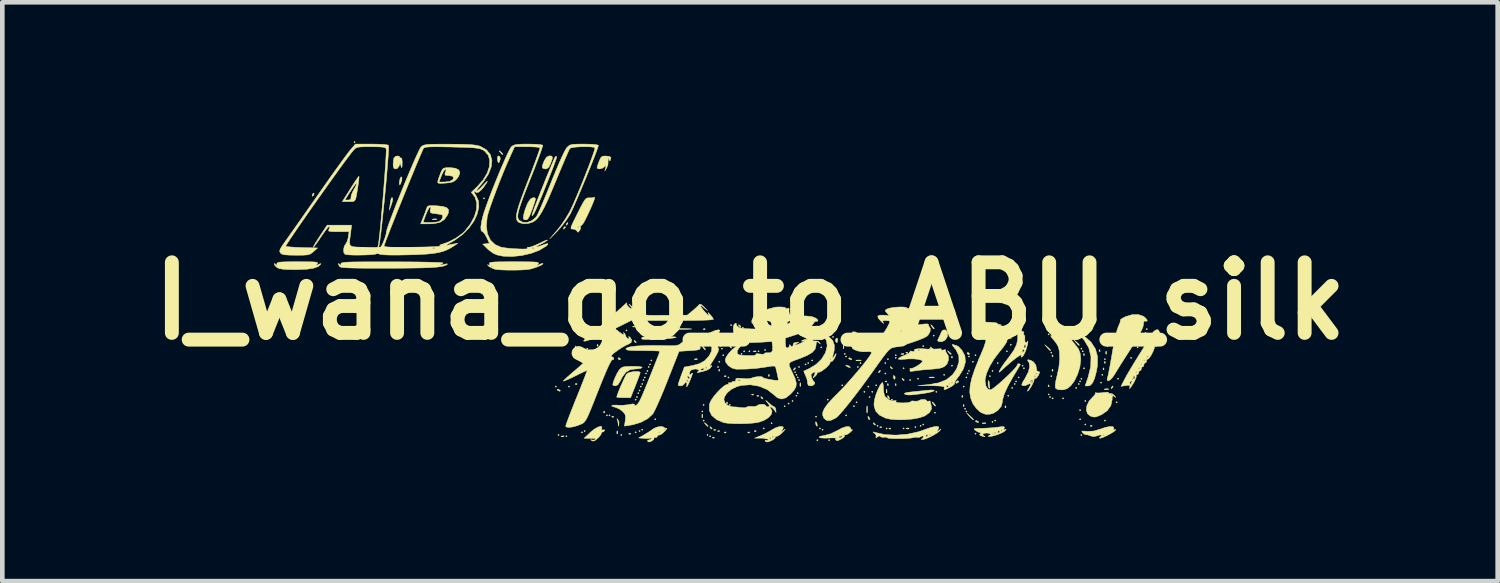
<source format=kicad_pcb>
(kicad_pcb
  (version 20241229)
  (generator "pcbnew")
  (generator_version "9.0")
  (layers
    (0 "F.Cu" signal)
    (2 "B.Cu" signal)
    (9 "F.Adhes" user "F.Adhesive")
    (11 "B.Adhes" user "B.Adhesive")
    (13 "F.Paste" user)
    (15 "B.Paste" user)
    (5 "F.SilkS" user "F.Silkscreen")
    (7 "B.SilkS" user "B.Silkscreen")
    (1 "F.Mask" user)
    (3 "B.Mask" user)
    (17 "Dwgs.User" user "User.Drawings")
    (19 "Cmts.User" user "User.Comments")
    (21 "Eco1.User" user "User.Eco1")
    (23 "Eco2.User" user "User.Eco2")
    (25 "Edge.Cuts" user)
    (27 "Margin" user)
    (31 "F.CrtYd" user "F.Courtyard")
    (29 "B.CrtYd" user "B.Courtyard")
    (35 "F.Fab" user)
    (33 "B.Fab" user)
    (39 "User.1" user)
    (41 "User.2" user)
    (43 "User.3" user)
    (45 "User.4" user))
  (footprint "I_wana_go_to_ABU_silk"
    (layer "F.Cu")
    (at 13.143 3.448)
    (property "Reference" "I_wana_go_to_ABU_silk" (at 0 0 0) (layer "F.SilkS") (effects (font (size 1.524 1.524) (thickness 0.3))))
    (attr through_hole)
    (fp_poly (pts (xy 5.411 0.51) (xy 5.418 0.522) (xy 5.405 0.508) (xy 5.411 0.51)) (stroke (width 0.01) (type solid)) (fill yes) (layer "F.SilkS"))
    (fp_poly (pts (xy -8.523 -3.429) (xy -8.537 -3.415) (xy -8.551 -3.429) (xy -8.537 -3.443) (xy -8.523 -3.429)) (stroke (width 0.01) (type solid)) (fill yes) (layer "F.SilkS"))
    (fp_poly (pts (xy -5.729 -2.215) (xy -5.743 -2.201) (xy -5.757 -2.215) (xy -5.743 -2.23) (xy -5.729 -2.215)) (stroke (width 0.01) (type solid)) (fill yes) (layer "F.SilkS"))
    (fp_poly (pts (xy -4.177 1.849) (xy -4.191 1.863) (xy -4.205 1.849) (xy -4.191 1.834) (xy -4.177 1.849)) (stroke (width 0.01) (type solid)) (fill yes) (layer "F.SilkS"))
    (fp_poly (pts (xy -4.12 2.893) (xy -4.135 2.907) (xy -4.149 2.893) (xy -4.135 2.879) (xy -4.12 2.893)) (stroke (width 0.01) (type solid)) (fill yes) (layer "F.SilkS"))
    (fp_poly (pts (xy -3.951 2.921) (xy -3.965 2.935) (xy -3.979 2.921) (xy -3.965 2.907) (xy -3.951 2.921)) (stroke (width 0.01) (type solid)) (fill yes) (layer "F.SilkS"))
    (fp_poly (pts (xy -3.895 1.849) (xy -3.909 1.863) (xy -3.923 1.849) (xy -3.909 1.834) (xy -3.895 1.849)) (stroke (width 0.01) (type solid)) (fill yes) (layer "F.SilkS"))
    (fp_poly (pts (xy -3.612 2.836) (xy -3.627 2.85) (xy -3.641 2.836) (xy -3.627 2.822) (xy -3.612 2.836)) (stroke (width 0.01) (type solid)) (fill yes) (layer "F.SilkS"))
    (fp_poly (pts (xy -3.556 2.808) (xy -3.57 2.822) (xy -3.584 2.808) (xy -3.57 2.794) (xy -3.556 2.808)) (stroke (width 0.01) (type solid)) (fill yes) (layer "F.SilkS"))
    (fp_poly (pts (xy -3.5 1.03) (xy -3.514 1.044) (xy -3.528 1.03) (xy -3.514 1.016) (xy -3.5 1.03)) (stroke (width 0.01) (type solid)) (fill yes) (layer "F.SilkS"))
    (fp_poly (pts (xy -3.076 2.469) (xy -3.09 2.484) (xy -3.104 2.469) (xy -3.09 2.455) (xy -3.076 2.469)) (stroke (width 0.01) (type solid)) (fill yes) (layer "F.SilkS"))
    (fp_poly (pts (xy -3.02 2.469) (xy -3.034 2.484) (xy -3.048 2.469) (xy -3.034 2.455) (xy -3.02 2.469)) (stroke (width 0.01) (type solid)) (fill yes) (layer "F.SilkS"))
    (fp_poly (pts (xy -2.766 2.893) (xy -2.78 2.907) (xy -2.794 2.893) (xy -2.78 2.879) (xy -2.766 2.893)) (stroke (width 0.01) (type solid)) (fill yes) (layer "F.SilkS"))
    (fp_poly (pts (xy -2.653 0.635) (xy -2.667 0.649) (xy -2.681 0.635) (xy -2.667 0.621) (xy -2.653 0.635)) (stroke (width 0.01) (type solid)) (fill yes) (layer "F.SilkS"))
    (fp_poly (pts (xy -2.455 2.131) (xy -2.469 2.145) (xy -2.484 2.131) (xy -2.469 2.117) (xy -2.455 2.131)) (stroke (width 0.01) (type solid)) (fill yes) (layer "F.SilkS"))
    (fp_poly (pts (xy -2.455 2.836) (xy -2.469 2.85) (xy -2.484 2.836) (xy -2.469 2.822) (xy -2.455 2.836)) (stroke (width 0.01) (type solid)) (fill yes) (layer "F.SilkS"))
    (fp_poly (pts (xy -2.427 2.074) (xy -2.441 2.088) (xy -2.455 2.074) (xy -2.441 2.06) (xy -2.427 2.074)) (stroke (width 0.01) (type solid)) (fill yes) (layer "F.SilkS"))
    (fp_poly (pts (xy -2.399 1.99) (xy -2.413 2.004) (xy -2.427 1.99) (xy -2.413 1.976) (xy -2.399 1.99)) (stroke (width 0.01) (type solid)) (fill yes) (layer "F.SilkS"))
    (fp_poly (pts (xy -2.371 1.933) (xy -2.385 1.947) (xy -2.399 1.933) (xy -2.385 1.919) (xy -2.371 1.933)) (stroke (width 0.01) (type solid)) (fill yes) (layer "F.SilkS"))
    (fp_poly (pts (xy -2.371 2.808) (xy -2.385 2.822) (xy -2.399 2.808) (xy -2.385 2.794) (xy -2.371 2.808)) (stroke (width 0.01) (type solid)) (fill yes) (layer "F.SilkS"))
    (fp_poly (pts (xy -2.342 1.849) (xy -2.357 1.863) (xy -2.371 1.849) (xy -2.357 1.834) (xy -2.342 1.849)) (stroke (width 0.01) (type solid)) (fill yes) (layer "F.SilkS"))
    (fp_poly (pts (xy -2.314 1.792) (xy -2.328 1.806) (xy -2.342 1.792) (xy -2.328 1.778) (xy -2.314 1.792)) (stroke (width 0.01) (type solid)) (fill yes) (layer "F.SilkS"))
    (fp_poly (pts (xy -2.314 2.78) (xy -2.328 2.794) (xy -2.342 2.78) (xy -2.328 2.766) (xy -2.314 2.78)) (stroke (width 0.01) (type solid)) (fill yes) (layer "F.SilkS"))
    (fp_poly (pts (xy -2.286 1.707) (xy -2.3 1.722) (xy -2.314 1.707) (xy -2.3 1.693) (xy -2.286 1.707)) (stroke (width 0.01) (type solid)) (fill yes) (layer "F.SilkS"))
    (fp_poly (pts (xy -2.258 1.651) (xy -2.272 1.665) (xy -2.286 1.651) (xy -2.272 1.637) (xy -2.258 1.651)) (stroke (width 0.01) (type solid)) (fill yes) (layer "F.SilkS"))
    (fp_poly (pts (xy -2.23 1.566) (xy -2.244 1.58) (xy -2.258 1.566) (xy -2.244 1.552) (xy -2.23 1.566)) (stroke (width 0.01) (type solid)) (fill yes) (layer "F.SilkS"))
    (fp_poly (pts (xy -2.201 1.51) (xy -2.215 1.524) (xy -2.23 1.51) (xy -2.215 1.496) (xy -2.201 1.51)) (stroke (width 0.01) (type solid)) (fill yes) (layer "F.SilkS"))
    (fp_poly (pts (xy -2.173 1.425) (xy -2.187 1.439) (xy -2.201 1.425) (xy -2.187 1.411) (xy -2.173 1.425)) (stroke (width 0.01) (type solid)) (fill yes) (layer "F.SilkS"))
    (fp_poly (pts (xy -2.145 1.369) (xy -2.159 1.383) (xy -2.173 1.369) (xy -2.159 1.355) (xy -2.145 1.369)) (stroke (width 0.01) (type solid)) (fill yes) (layer "F.SilkS"))
    (fp_poly (pts (xy -2.117 1.284) (xy -2.131 1.298) (xy -2.145 1.284) (xy -2.131 1.27) (xy -2.117 1.284)) (stroke (width 0.01) (type solid)) (fill yes) (layer "F.SilkS"))
    (fp_poly (pts (xy -2.032 2.554) (xy -2.046 2.568) (xy -2.06 2.554) (xy -2.046 2.54) (xy -2.032 2.554)) (stroke (width 0.01) (type solid)) (fill yes) (layer "F.SilkS"))
    (fp_poly (pts (xy -1.355 0.748) (xy -1.369 0.762) (xy -1.383 0.748) (xy -1.369 0.734) (xy -1.355 0.748)) (stroke (width 0.01) (type solid)) (fill yes) (layer "F.SilkS"))
    (fp_poly (pts (xy -1.016 2.385) (xy -1.03 2.399) (xy -1.044 2.385) (xy -1.03 2.371) (xy -1.016 2.385)) (stroke (width 0.01) (type solid)) (fill yes) (layer "F.SilkS"))
    (fp_poly (pts (xy -0.988 2.244) (xy -1.002 2.258) (xy -1.016 2.244) (xy -1.002 2.23) (xy -0.988 2.244)) (stroke (width 0.01) (type solid)) (fill yes) (layer "F.SilkS"))
    (fp_poly (pts (xy -0.988 2.582) (xy -1.002 2.596) (xy -1.016 2.582) (xy -1.002 2.568) (xy -0.988 2.582)) (stroke (width 0.01) (type solid)) (fill yes) (layer "F.SilkS"))
    (fp_poly (pts (xy -0.903 2.893) (xy -0.917 2.907) (xy -0.931 2.893) (xy -0.917 2.879) (xy -0.903 2.893)) (stroke (width 0.01) (type solid)) (fill yes) (layer "F.SilkS"))
    (fp_poly (pts (xy -0.847 2.921) (xy -0.861 2.935) (xy -0.875 2.921) (xy -0.861 2.907) (xy -0.847 2.921)) (stroke (width 0.01) (type solid)) (fill yes) (layer "F.SilkS"))
    (fp_poly (pts (xy -0.677 1.425) (xy -0.691 1.439) (xy -0.706 1.425) (xy -0.691 1.411) (xy -0.677 1.425)) (stroke (width 0.01) (type solid)) (fill yes) (layer "F.SilkS"))
    (fp_poly (pts (xy -0.649 1.312) (xy -0.663 1.326) (xy -0.677 1.312) (xy -0.663 1.298) (xy -0.649 1.312)) (stroke (width 0.01) (type solid)) (fill yes) (layer "F.SilkS"))
    (fp_poly (pts (xy -0.593 1.03) (xy -0.607 1.044) (xy -0.621 1.03) (xy -0.607 1.016) (xy -0.593 1.03)) (stroke (width 0.01) (type solid)) (fill yes) (layer "F.SilkS"))
    (fp_poly (pts (xy -0.564 1.171) (xy -0.579 1.185) (xy -0.593 1.171) (xy -0.579 1.157) (xy -0.564 1.171)) (stroke (width 0.01) (type solid)) (fill yes) (layer "F.SilkS"))
    (fp_poly (pts (xy -0.452 0.917) (xy -0.466 0.931) (xy -0.48 0.917) (xy -0.466 0.903) (xy -0.452 0.917)) (stroke (width 0.01) (type solid)) (fill yes) (layer "F.SilkS"))
    (fp_poly (pts (xy -0.452 1.651) (xy -0.466 1.665) (xy -0.48 1.651) (xy -0.466 1.637) (xy -0.452 1.651)) (stroke (width 0.01) (type solid)) (fill yes) (layer "F.SilkS"))
    (fp_poly (pts (xy -0.423 2.244) (xy -0.437 2.258) (xy -0.452 2.244) (xy -0.437 2.23) (xy -0.423 2.244)) (stroke (width 0.01) (type solid)) (fill yes) (layer "F.SilkS"))
    (fp_poly (pts (xy -0.395 0.522) (xy -0.409 0.536) (xy -0.423 0.522) (xy -0.409 0.508) (xy -0.395 0.522)) (stroke (width 0.01) (type solid)) (fill yes) (layer "F.SilkS"))
    (fp_poly (pts (xy -0.169 1.143) (xy -0.183 1.157) (xy -0.198 1.143) (xy -0.183 1.129) (xy -0.169 1.143)) (stroke (width 0.01) (type solid)) (fill yes) (layer "F.SilkS"))
    (fp_poly (pts (xy -0.141 0.579) (xy -0.155 0.593) (xy -0.169 0.579) (xy -0.155 0.564) (xy -0.141 0.579)) (stroke (width 0.01) (type solid)) (fill yes) (layer "F.SilkS"))
    (fp_poly (pts (xy -0.113 1.087) (xy -0.127 1.101) (xy -0.141 1.087) (xy -0.127 1.072) (xy -0.113 1.087)) (stroke (width 0.01) (type solid)) (fill yes) (layer "F.SilkS"))
    (fp_poly (pts (xy 0 1.087) (xy -0.014 1.101) (xy -0.028 1.087) (xy -0.014 1.072) (xy 0 1.087)) (stroke (width 0.01) (type solid)) (fill yes) (layer "F.SilkS"))
    (fp_poly (pts (xy 0.198 1.087) (xy 0.183 1.101) (xy 0.169 1.087) (xy 0.183 1.072) (xy 0.198 1.087)) (stroke (width 0.01) (type solid)) (fill yes) (layer "F.SilkS"))
    (fp_poly (pts (xy 0.31 0.55) (xy 0.296 0.564) (xy 0.282 0.55) (xy 0.296 0.536) (xy 0.31 0.55)) (stroke (width 0.01) (type solid)) (fill yes) (layer "F.SilkS"))
    (fp_poly (pts (xy 0.31 2.752) (xy 0.296 2.766) (xy 0.282 2.752) (xy 0.296 2.738) (xy 0.31 2.752)) (stroke (width 0.01) (type solid)) (fill yes) (layer "F.SilkS"))
    (fp_poly (pts (xy 0.339 1.058) (xy 0.325 1.072) (xy 0.31 1.058) (xy 0.325 1.044) (xy 0.339 1.058)) (stroke (width 0.01) (type solid)) (fill yes) (layer "F.SilkS"))
    (fp_poly (pts (xy 0.48 2.639) (xy 0.466 2.653) (xy 0.452 2.639) (xy 0.466 2.625) (xy 0.48 2.639)) (stroke (width 0.01) (type solid)) (fill yes) (layer "F.SilkS"))
    (fp_poly (pts (xy 0.762 2.272) (xy 0.748 2.286) (xy 0.734 2.272) (xy 0.748 2.258) (xy 0.762 2.272)) (stroke (width 0.01) (type solid)) (fill yes) (layer "F.SilkS"))
    (fp_poly (pts (xy 0.847 2.215) (xy 0.833 2.23) (xy 0.818 2.215) (xy 0.833 2.201) (xy 0.847 2.215)) (stroke (width 0.01) (type solid)) (fill yes) (layer "F.SilkS"))
    (fp_poly (pts (xy 0.903 0.183) (xy 0.889 0.198) (xy 0.875 0.183) (xy 0.889 0.169) (xy 0.903 0.183)) (stroke (width 0.01) (type solid)) (fill yes) (layer "F.SilkS"))
    (fp_poly (pts (xy 0.931 2.159) (xy 0.917 2.173) (xy 0.903 2.159) (xy 0.917 2.145) (xy 0.931 2.159)) (stroke (width 0.01) (type solid)) (fill yes) (layer "F.SilkS"))
    (fp_poly (pts (xy 0.988 1.538) (xy 0.974 1.552) (xy 0.96 1.538) (xy 0.974 1.524) (xy 0.988 1.538)) (stroke (width 0.01) (type solid)) (fill yes) (layer "F.SilkS"))
    (fp_poly (pts (xy 1.016 1.595) (xy 1.002 1.609) (xy 0.988 1.595) (xy 1.002 1.58) (xy 1.016 1.595)) (stroke (width 0.01) (type solid)) (fill yes) (layer "F.SilkS"))
    (fp_poly (pts (xy 1.016 2.046) (xy 1.002 2.06) (xy 0.988 2.046) (xy 1.002 2.032) (xy 1.016 2.046)) (stroke (width 0.01) (type solid)) (fill yes) (layer "F.SilkS"))
    (fp_poly (pts (xy 1.044 1.651) (xy 1.03 1.665) (xy 1.016 1.651) (xy 1.03 1.637) (xy 1.044 1.651)) (stroke (width 0.01) (type solid)) (fill yes) (layer "F.SilkS"))
    (fp_poly (pts (xy 1.044 1.99) (xy 1.03 2.004) (xy 1.016 1.99) (xy 1.03 1.976) (xy 1.044 1.99)) (stroke (width 0.01) (type solid)) (fill yes) (layer "F.SilkS"))
    (fp_poly (pts (xy 1.072 1.425) (xy 1.058 1.439) (xy 1.044 1.425) (xy 1.058 1.411) (xy 1.072 1.425)) (stroke (width 0.01) (type solid)) (fill yes) (layer "F.SilkS"))
    (fp_poly (pts (xy 1.072 1.707) (xy 1.058 1.722) (xy 1.044 1.707) (xy 1.058 1.693) (xy 1.072 1.707)) (stroke (width 0.01) (type solid)) (fill yes) (layer "F.SilkS"))
    (fp_poly (pts (xy 1.214 1.369) (xy 1.199 1.383) (xy 1.185 1.369) (xy 1.199 1.355) (xy 1.214 1.369)) (stroke (width 0.01) (type solid)) (fill yes) (layer "F.SilkS"))
    (fp_poly (pts (xy 1.27 1.341) (xy 1.256 1.355) (xy 1.242 1.341) (xy 1.256 1.326) (xy 1.27 1.341)) (stroke (width 0.01) (type solid)) (fill yes) (layer "F.SilkS"))
    (fp_poly (pts (xy 1.355 1.284) (xy 1.341 1.298) (xy 1.326 1.284) (xy 1.341 1.27) (xy 1.355 1.284)) (stroke (width 0.01) (type solid)) (fill yes) (layer "F.SilkS"))
    (fp_poly (pts (xy 1.439 2.498) (xy 1.425 2.512) (xy 1.411 2.498) (xy 1.425 2.484) (xy 1.439 2.498)) (stroke (width 0.01) (type solid)) (fill yes) (layer "F.SilkS"))
    (fp_poly (pts (xy 1.468 0.55) (xy 1.453 0.564) (xy 1.439 0.55) (xy 1.453 0.536) (xy 1.468 0.55)) (stroke (width 0.01) (type solid)) (fill yes) (layer "F.SilkS"))
    (fp_poly (pts (xy 1.468 3.006) (xy 1.453 3.02) (xy 1.439 3.006) (xy 1.453 2.992) (xy 1.468 3.006)) (stroke (width 0.01) (type solid)) (fill yes) (layer "F.SilkS"))
    (fp_poly (pts (xy 1.524 2.752) (xy 1.51 2.766) (xy 1.496 2.752) (xy 1.51 2.738) (xy 1.524 2.752)) (stroke (width 0.01) (type solid)) (fill yes) (layer "F.SilkS"))
    (fp_poly (pts (xy 1.552 1.002) (xy 1.538 1.016) (xy 1.524 1.002) (xy 1.538 0.988) (xy 1.552 1.002)) (stroke (width 0.01) (type solid)) (fill yes) (layer "F.SilkS"))
    (fp_poly (pts (xy 1.58 2.78) (xy 1.566 2.794) (xy 1.552 2.78) (xy 1.566 2.766) (xy 1.58 2.78)) (stroke (width 0.01) (type solid)) (fill yes) (layer "F.SilkS"))
    (fp_poly (pts (xy 1.693 2.131) (xy 1.679 2.145) (xy 1.665 2.131) (xy 1.679 2.117) (xy 1.693 2.131)) (stroke (width 0.01) (type solid)) (fill yes) (layer "F.SilkS"))
    (fp_poly (pts (xy 1.722 3.006) (xy 1.707 3.02) (xy 1.693 3.006) (xy 1.707 2.992) (xy 1.722 3.006)) (stroke (width 0.01) (type solid)) (fill yes) (layer "F.SilkS"))
    (fp_poly (pts (xy 1.75 0.72) (xy 1.736 0.734) (xy 1.722 0.72) (xy 1.736 0.706) (xy 1.75 0.72)) (stroke (width 0.01) (type solid)) (fill yes) (layer "F.SilkS"))
    (fp_poly (pts (xy 1.806 0.776) (xy 1.792 0.79) (xy 1.778 0.776) (xy 1.792 0.762) (xy 1.806 0.776)) (stroke (width 0.01) (type solid)) (fill yes) (layer "F.SilkS"))
    (fp_poly (pts (xy 2.004 1.82) (xy 1.99 1.834) (xy 1.976 1.82) (xy 1.99 1.806) (xy 2.004 1.82)) (stroke (width 0.01) (type solid)) (fill yes) (layer "F.SilkS"))
    (fp_poly (pts (xy 2.06 0.748) (xy 2.046 0.762) (xy 2.032 0.748) (xy 2.046 0.734) (xy 2.06 0.748)) (stroke (width 0.01) (type solid)) (fill yes) (layer "F.SilkS"))
    (fp_poly (pts (xy 2.06 1.143) (xy 2.046 1.157) (xy 2.032 1.143) (xy 2.046 1.129) (xy 2.06 1.143)) (stroke (width 0.01) (type solid)) (fill yes) (layer "F.SilkS"))
    (fp_poly (pts (xy 2.088 1.199) (xy 2.074 1.214) (xy 2.06 1.199) (xy 2.074 1.185) (xy 2.088 1.199)) (stroke (width 0.01) (type solid)) (fill yes) (layer "F.SilkS"))
    (fp_poly (pts (xy 2.088 2.469) (xy 2.074 2.484) (xy 2.06 2.469) (xy 2.074 2.455) (xy 2.088 2.469)) (stroke (width 0.01) (type solid)) (fill yes) (layer "F.SilkS"))
    (fp_poly (pts (xy 2.258 2.272) (xy 2.244 2.286) (xy 2.23 2.272) (xy 2.244 2.258) (xy 2.258 2.272)) (stroke (width 0.01) (type solid)) (fill yes) (layer "F.SilkS"))
    (fp_poly (pts (xy 2.314 2.187) (xy 2.3 2.201) (xy 2.286 2.187) (xy 2.3 2.173) (xy 2.314 2.187)) (stroke (width 0.01) (type solid)) (fill yes) (layer "F.SilkS"))
    (fp_poly (pts (xy 2.342 1.425) (xy 2.328 1.439) (xy 2.314 1.425) (xy 2.328 1.411) (xy 2.342 1.425)) (stroke (width 0.01) (type solid)) (fill yes) (layer "F.SilkS"))
    (fp_poly (pts (xy 2.399 0.748) (xy 2.385 0.762) (xy 2.371 0.748) (xy 2.385 0.734) (xy 2.399 0.748)) (stroke (width 0.01) (type solid)) (fill yes) (layer "F.SilkS"))
    (fp_poly (pts (xy 2.399 1.341) (xy 2.385 1.355) (xy 2.371 1.341) (xy 2.385 1.326) (xy 2.399 1.341)) (stroke (width 0.01) (type solid)) (fill yes) (layer "F.SilkS"))
    (fp_poly (pts (xy 2.484 1.961) (xy 2.469 1.976) (xy 2.455 1.961) (xy 2.469 1.947) (xy 2.484 1.961)) (stroke (width 0.01) (type solid)) (fill yes) (layer "F.SilkS"))
    (fp_poly (pts (xy 2.568 1.849) (xy 2.554 1.863) (xy 2.54 1.849) (xy 2.554 1.834) (xy 2.568 1.849)) (stroke (width 0.01) (type solid)) (fill yes) (layer "F.SilkS"))
    (fp_poly (pts (xy 2.596 2.074) (xy 2.582 2.088) (xy 2.568 2.074) (xy 2.582 2.06) (xy 2.596 2.074)) (stroke (width 0.01) (type solid)) (fill yes) (layer "F.SilkS"))
    (fp_poly (pts (xy 2.653 1.961) (xy 2.639 1.976) (xy 2.625 1.961) (xy 2.639 1.947) (xy 2.653 1.961)) (stroke (width 0.01) (type solid)) (fill yes) (layer "F.SilkS"))
    (fp_poly (pts (xy 2.738 1.82) (xy 2.723 1.834) (xy 2.709 1.82) (xy 2.723 1.806) (xy 2.738 1.82)) (stroke (width 0.01) (type solid)) (fill yes) (layer "F.SilkS"))
    (fp_poly (pts (xy 2.766 2.695) (xy 2.752 2.709) (xy 2.738 2.695) (xy 2.752 2.681) (xy 2.766 2.695)) (stroke (width 0.01) (type solid)) (fill yes) (layer "F.SilkS"))
    (fp_poly (pts (xy 2.935 1.341) (xy 2.921 1.355) (xy 2.907 1.341) (xy 2.921 1.326) (xy 2.935 1.341)) (stroke (width 0.01) (type solid)) (fill yes) (layer "F.SilkS"))
    (fp_poly (pts (xy 2.935 1.566) (xy 2.921 1.58) (xy 2.907 1.566) (xy 2.921 1.552) (xy 2.935 1.566)) (stroke (width 0.01) (type solid)) (fill yes) (layer "F.SilkS"))
    (fp_poly (pts (xy 2.963 2.752) (xy 2.949 2.766) (xy 2.935 2.752) (xy 2.949 2.738) (xy 2.963 2.752)) (stroke (width 0.01) (type solid)) (fill yes) (layer "F.SilkS"))
    (fp_poly (pts (xy 2.992 1.256) (xy 2.977 1.27) (xy 2.963 1.256) (xy 2.977 1.242) (xy 2.992 1.256)) (stroke (width 0.01) (type solid)) (fill yes) (layer "F.SilkS"))
    (fp_poly (pts (xy 3.076 2.131) (xy 3.062 2.145) (xy 3.048 2.131) (xy 3.062 2.117) (xy 3.076 2.131)) (stroke (width 0.01) (type solid)) (fill yes) (layer "F.SilkS"))
    (fp_poly (pts (xy 3.161 1.171) (xy 3.147 1.185) (xy 3.133 1.171) (xy 3.147 1.157) (xy 3.161 1.171)) (stroke (width 0.01) (type solid)) (fill yes) (layer "F.SilkS"))
    (fp_poly (pts (xy 3.161 1.228) (xy 3.147 1.242) (xy 3.133 1.228) (xy 3.147 1.214) (xy 3.161 1.228)) (stroke (width 0.01) (type solid)) (fill yes) (layer "F.SilkS"))
    (fp_poly (pts (xy 3.33 1.453) (xy 3.316 1.468) (xy 3.302 1.453) (xy 3.316 1.439) (xy 3.33 1.453)) (stroke (width 0.01) (type solid)) (fill yes) (layer "F.SilkS"))
    (fp_poly (pts (xy 3.33 2.752) (xy 3.316 2.766) (xy 3.302 2.752) (xy 3.316 2.738) (xy 3.33 2.752)) (stroke (width 0.01) (type solid)) (fill yes) (layer "F.SilkS"))
    (fp_poly (pts (xy 3.471 1.707) (xy 3.457 1.722) (xy 3.443 1.707) (xy 3.457 1.693) (xy 3.471 1.707)) (stroke (width 0.01) (type solid)) (fill yes) (layer "F.SilkS"))
    (fp_poly (pts (xy 3.584 2.723) (xy 3.57 2.738) (xy 3.556 2.723) (xy 3.57 2.709) (xy 3.584 2.723)) (stroke (width 0.01) (type solid)) (fill yes) (layer "F.SilkS"))
    (fp_poly (pts (xy 3.641 1.679) (xy 3.627 1.693) (xy 3.612 1.679) (xy 3.627 1.665) (xy 3.641 1.679)) (stroke (width 0.01) (type solid)) (fill yes) (layer "F.SilkS"))
    (fp_poly (pts (xy 3.697 2.695) (xy 3.683 2.709) (xy 3.669 2.695) (xy 3.683 2.681) (xy 3.697 2.695)) (stroke (width 0.01) (type solid)) (fill yes) (layer "F.SilkS"))
    (fp_poly (pts (xy 3.754 0.974) (xy 3.739 0.988) (xy 3.725 0.974) (xy 3.739 0.96) (xy 3.754 0.974)) (stroke (width 0.01) (type solid)) (fill yes) (layer "F.SilkS"))
    (fp_poly (pts (xy 3.754 2.667) (xy 3.739 2.681) (xy 3.725 2.667) (xy 3.739 2.653) (xy 3.754 2.667)) (stroke (width 0.01) (type solid)) (fill yes) (layer "F.SilkS"))
    (fp_poly (pts (xy 3.979 0.748) (xy 3.965 0.762) (xy 3.951 0.748) (xy 3.965 0.734) (xy 3.979 0.748)) (stroke (width 0.01) (type solid)) (fill yes) (layer "F.SilkS"))
    (fp_poly (pts (xy 4.008 2.413) (xy 3.993 2.427) (xy 3.979 2.413) (xy 3.993 2.399) (xy 4.008 2.413)) (stroke (width 0.01) (type solid)) (fill yes) (layer "F.SilkS"))
    (fp_poly (pts (xy 4.036 1.961) (xy 4.022 1.976) (xy 4.008 1.961) (xy 4.022 1.947) (xy 4.036 1.961)) (stroke (width 0.01) (type solid)) (fill yes) (layer "F.SilkS"))
    (fp_poly (pts (xy 4.205 1.595) (xy 4.191 1.609) (xy 4.177 1.595) (xy 4.191 1.58) (xy 4.205 1.595)) (stroke (width 0.01) (type solid)) (fill yes) (layer "F.SilkS"))
    (fp_poly (pts (xy 4.374 1.397) (xy 4.36 1.411) (xy 4.346 1.397) (xy 4.36 1.383) (xy 4.374 1.397)) (stroke (width 0.01) (type solid)) (fill yes) (layer "F.SilkS"))
    (fp_poly (pts (xy 4.628 1.849) (xy 4.614 1.863) (xy 4.6 1.849) (xy 4.614 1.834) (xy 4.628 1.849)) (stroke (width 0.01) (type solid)) (fill yes) (layer "F.SilkS"))
    (fp_poly (pts (xy 4.657 2.328) (xy 4.643 2.342) (xy 4.628 2.328) (xy 4.643 2.314) (xy 4.657 2.328)) (stroke (width 0.01) (type solid)) (fill yes) (layer "F.SilkS"))
    (fp_poly (pts (xy 4.685 1.651) (xy 4.671 1.665) (xy 4.657 1.651) (xy 4.671 1.637) (xy 4.685 1.651)) (stroke (width 0.01) (type solid)) (fill yes) (layer "F.SilkS"))
    (fp_poly (pts (xy 4.685 2.385) (xy 4.671 2.399) (xy 4.657 2.385) (xy 4.671 2.371) (xy 4.685 2.385)) (stroke (width 0.01) (type solid)) (fill yes) (layer "F.SilkS"))
    (fp_poly (pts (xy 4.713 1.566) (xy 4.699 1.58) (xy 4.685 1.566) (xy 4.699 1.552) (xy 4.713 1.566)) (stroke (width 0.01) (type solid)) (fill yes) (layer "F.SilkS"))
    (fp_poly (pts (xy 4.741 1.199) (xy 4.727 1.214) (xy 4.713 1.199) (xy 4.727 1.185) (xy 4.741 1.199)) (stroke (width 0.01) (type solid)) (fill yes) (layer "F.SilkS"))
    (fp_poly (pts (xy 4.741 1.51) (xy 4.727 1.524) (xy 4.713 1.51) (xy 4.727 1.496) (xy 4.741 1.51)) (stroke (width 0.01) (type solid)) (fill yes) (layer "F.SilkS"))
    (fp_poly (pts (xy 4.826 1.312) (xy 4.812 1.326) (xy 4.798 1.312) (xy 4.812 1.298) (xy 4.826 1.312)) (stroke (width 0.01) (type solid)) (fill yes) (layer "F.SilkS"))
    (fp_poly (pts (xy 4.882 1.171) (xy 4.868 1.185) (xy 4.854 1.171) (xy 4.868 1.157) (xy 4.882 1.171)) (stroke (width 0.01) (type solid)) (fill yes) (layer "F.SilkS"))
    (fp_poly (pts (xy 4.882 2.865) (xy 4.868 2.879) (xy 4.854 2.865) (xy 4.868 2.85) (xy 4.882 2.865)) (stroke (width 0.01) (type solid)) (fill yes) (layer "F.SilkS"))
    (fp_poly (pts (xy 5.024 0.466) (xy 5.009 0.48) (xy 4.995 0.466) (xy 5.009 0.452) (xy 5.024 0.466)) (stroke (width 0.01) (type solid)) (fill yes) (layer "F.SilkS"))
    (fp_poly (pts (xy 5.193 1.623) (xy 5.179 1.637) (xy 5.165 1.623) (xy 5.179 1.609) (xy 5.193 1.623)) (stroke (width 0.01) (type solid)) (fill yes) (layer "F.SilkS"))
    (fp_poly (pts (xy 5.249 1.51) (xy 5.235 1.524) (xy 5.221 1.51) (xy 5.235 1.496) (xy 5.249 1.51)) (stroke (width 0.01) (type solid)) (fill yes) (layer "F.SilkS"))
    (fp_poly (pts (xy 5.249 2.611) (xy 5.235 2.625) (xy 5.221 2.611) (xy 5.235 2.596) (xy 5.249 2.611)) (stroke (width 0.01) (type solid)) (fill yes) (layer "F.SilkS"))
    (fp_poly (pts (xy 5.306 2.582) (xy 5.292 2.596) (xy 5.278 2.582) (xy 5.292 2.568) (xy 5.306 2.582)) (stroke (width 0.01) (type solid)) (fill yes) (layer "F.SilkS"))
    (fp_poly (pts (xy 5.362 1.341) (xy 5.348 1.355) (xy 5.334 1.341) (xy 5.348 1.326) (xy 5.362 1.341)) (stroke (width 0.01) (type solid)) (fill yes) (layer "F.SilkS"))
    (fp_poly (pts (xy 5.56 1.087) (xy 5.546 1.101) (xy 5.532 1.087) (xy 5.546 1.072) (xy 5.56 1.087)) (stroke (width 0.01) (type solid)) (fill yes) (layer "F.SilkS"))
    (fp_poly (pts (xy 5.588 2.046) (xy 5.574 2.06) (xy 5.56 2.046) (xy 5.574 2.032) (xy 5.588 2.046)) (stroke (width 0.01) (type solid)) (fill yes) (layer "F.SilkS"))
    (fp_poly (pts (xy 5.644 0.945) (xy 5.63 0.96) (xy 5.616 0.945) (xy 5.63 0.931) (xy 5.644 0.945)) (stroke (width 0.01) (type solid)) (fill yes) (layer "F.SilkS"))
    (fp_poly (pts (xy 5.673 1.877) (xy 5.659 1.891) (xy 5.644 1.877) (xy 5.659 1.863) (xy 5.673 1.877)) (stroke (width 0.01) (type solid)) (fill yes) (layer "F.SilkS"))
    (fp_poly (pts (xy 5.729 1.792) (xy 5.715 1.806) (xy 5.701 1.792) (xy 5.715 1.778) (xy 5.729 1.792)) (stroke (width 0.01) (type solid)) (fill yes) (layer "F.SilkS"))
    (fp_poly (pts (xy 5.757 1.736) (xy 5.743 1.75) (xy 5.729 1.736) (xy 5.743 1.722) (xy 5.757 1.736)) (stroke (width 0.01) (type solid)) (fill yes) (layer "F.SilkS"))
    (fp_poly (pts (xy 5.814 1.651) (xy 5.8 1.665) (xy 5.786 1.651) (xy 5.8 1.637) (xy 5.814 1.651)) (stroke (width 0.01) (type solid)) (fill yes) (layer "F.SilkS"))
    (fp_poly (pts (xy 5.898 1.397) (xy 5.884 1.411) (xy 5.87 1.397) (xy 5.884 1.383) (xy 5.898 1.397)) (stroke (width 0.01) (type solid)) (fill yes) (layer "F.SilkS"))
    (fp_poly (pts (xy 5.927 1.453) (xy 5.913 1.468) (xy 5.898 1.453) (xy 5.913 1.439) (xy 5.927 1.453)) (stroke (width 0.01) (type solid)) (fill yes) (layer "F.SilkS"))
    (fp_poly (pts (xy 6.096 1.736) (xy 6.082 1.75) (xy 6.068 1.736) (xy 6.082 1.722) (xy 6.096 1.736)) (stroke (width 0.01) (type solid)) (fill yes) (layer "F.SilkS"))
    (fp_poly (pts (xy 6.463 0.72) (xy 6.449 0.734) (xy 6.435 0.72) (xy 6.449 0.706) (xy 6.463 0.72)) (stroke (width 0.01) (type solid)) (fill yes) (layer "F.SilkS"))
    (fp_poly (pts (xy 6.463 2.018) (xy 6.449 2.032) (xy 6.435 2.018) (xy 6.449 2.004) (xy 6.463 2.018)) (stroke (width 0.01) (type solid)) (fill yes) (layer "F.SilkS"))
    (fp_poly (pts (xy 6.491 2.074) (xy 6.477 2.088) (xy 6.463 2.074) (xy 6.477 2.06) (xy 6.491 2.074)) (stroke (width 0.01) (type solid)) (fill yes) (layer "F.SilkS"))
    (fp_poly (pts (xy 6.519 1.115) (xy 6.505 1.129) (xy 6.491 1.115) (xy 6.505 1.101) (xy 6.519 1.115)) (stroke (width 0.01) (type solid)) (fill yes) (layer "F.SilkS"))
    (fp_poly (pts (xy 6.519 1.623) (xy 6.505 1.637) (xy 6.491 1.623) (xy 6.505 1.609) (xy 6.519 1.623)) (stroke (width 0.01) (type solid)) (fill yes) (layer "F.SilkS"))
    (fp_poly (pts (xy 6.548 2.103) (xy 6.533 2.117) (xy 6.519 2.103) (xy 6.533 2.088) (xy 6.548 2.103)) (stroke (width 0.01) (type solid)) (fill yes) (layer "F.SilkS"))
    (fp_poly (pts (xy 6.773 2.103) (xy 6.759 2.117) (xy 6.745 2.103) (xy 6.759 2.088) (xy 6.773 2.103)) (stroke (width 0.01) (type solid)) (fill yes) (layer "F.SilkS"))
    (fp_poly (pts (xy 6.886 0.776) (xy 6.872 0.79) (xy 6.858 0.776) (xy 6.872 0.762) (xy 6.886 0.776)) (stroke (width 0.01) (type solid)) (fill yes) (layer "F.SilkS"))
    (fp_poly (pts (xy 7.056 1.877) (xy 7.041 1.891) (xy 7.027 1.877) (xy 7.041 1.863) (xy 7.056 1.877)) (stroke (width 0.01) (type solid)) (fill yes) (layer "F.SilkS"))
    (fp_poly (pts (xy 7.112 1.792) (xy 7.098 1.806) (xy 7.084 1.792) (xy 7.098 1.778) (xy 7.112 1.792)) (stroke (width 0.01) (type solid)) (fill yes) (layer "F.SilkS"))
    (fp_poly (pts (xy 7.14 1.736) (xy 7.126 1.75) (xy 7.112 1.736) (xy 7.126 1.722) (xy 7.14 1.736)) (stroke (width 0.01) (type solid)) (fill yes) (layer "F.SilkS"))
    (fp_poly (pts (xy 7.14 2.357) (xy 7.126 2.371) (xy 7.112 2.357) (xy 7.126 2.342) (xy 7.14 2.357)) (stroke (width 0.01) (type solid)) (fill yes) (layer "F.SilkS"))
    (fp_poly (pts (xy 7.14 2.554) (xy 7.126 2.568) (xy 7.112 2.554) (xy 7.126 2.54) (xy 7.14 2.554)) (stroke (width 0.01) (type solid)) (fill yes) (layer "F.SilkS"))
    (fp_poly (pts (xy 7.168 1.03) (xy 7.154 1.044) (xy 7.14 1.03) (xy 7.154 1.016) (xy 7.168 1.03)) (stroke (width 0.01) (type solid)) (fill yes) (layer "F.SilkS"))
    (fp_poly (pts (xy 7.168 1.679) (xy 7.154 1.693) (xy 7.14 1.679) (xy 7.154 1.665) (xy 7.168 1.679)) (stroke (width 0.01) (type solid)) (fill yes) (layer "F.SilkS"))
    (fp_poly (pts (xy 7.168 2.893) (xy 7.154 2.907) (xy 7.14 2.893) (xy 7.154 2.879) (xy 7.168 2.893)) (stroke (width 0.01) (type solid)) (fill yes) (layer "F.SilkS"))
    (fp_poly (pts (xy 7.197 1.087) (xy 7.183 1.101) (xy 7.168 1.087) (xy 7.183 1.072) (xy 7.197 1.087)) (stroke (width 0.01) (type solid)) (fill yes) (layer "F.SilkS"))
    (fp_poly (pts (xy 7.225 1.453) (xy 7.211 1.468) (xy 7.197 1.453) (xy 7.211 1.439) (xy 7.225 1.453)) (stroke (width 0.01) (type solid)) (fill yes) (layer "F.SilkS"))
    (fp_poly (pts (xy 7.253 2.159) (xy 7.239 2.173) (xy 7.225 2.159) (xy 7.239 2.145) (xy 7.253 2.159)) (stroke (width 0.01) (type solid)) (fill yes) (layer "F.SilkS"))
    (fp_poly (pts (xy 7.253 2.667) (xy 7.239 2.681) (xy 7.225 2.667) (xy 7.239 2.653) (xy 7.253 2.667)) (stroke (width 0.01) (type solid)) (fill yes) (layer "F.SilkS"))
    (fp_poly (pts (xy 7.592 1.764) (xy 7.578 1.778) (xy 7.564 1.764) (xy 7.578 1.75) (xy 7.592 1.764)) (stroke (width 0.01) (type solid)) (fill yes) (layer "F.SilkS"))
    (fp_poly (pts (xy 7.62 1.595) (xy 7.606 1.609) (xy 7.592 1.595) (xy 7.606 1.58) (xy 7.62 1.595)) (stroke (width 0.01) (type solid)) (fill yes) (layer "F.SilkS"))
    (fp_poly (pts (xy 7.676 1.256) (xy 7.662 1.27) (xy 7.648 1.256) (xy 7.662 1.242) (xy 7.676 1.256)) (stroke (width 0.01) (type solid)) (fill yes) (layer "F.SilkS"))
    (fp_poly (pts (xy 7.676 2.582) (xy 7.662 2.596) (xy 7.648 2.582) (xy 7.662 2.568) (xy 7.676 2.582)) (stroke (width 0.01) (type solid)) (fill yes) (layer "F.SilkS"))
    (fp_poly (pts (xy 7.733 0.917) (xy 7.719 0.931) (xy 7.705 0.917) (xy 7.719 0.903) (xy 7.733 0.917)) (stroke (width 0.01) (type solid)) (fill yes) (layer "F.SilkS"))
    (fp_poly (pts (xy 7.733 0.974) (xy 7.719 0.988) (xy 7.705 0.974) (xy 7.719 0.96) (xy 7.733 0.974)) (stroke (width 0.01) (type solid)) (fill yes) (layer "F.SilkS"))
    (fp_poly (pts (xy 7.761 0.804) (xy 7.747 0.818) (xy 7.733 0.804) (xy 7.747 0.79) (xy 7.761 0.804)) (stroke (width 0.01) (type solid)) (fill yes) (layer "F.SilkS"))
    (fp_poly (pts (xy 7.789 0.72) (xy 7.775 0.734) (xy 7.761 0.72) (xy 7.775 0.706) (xy 7.789 0.72)) (stroke (width 0.01) (type solid)) (fill yes) (layer "F.SilkS"))
    (fp_poly (pts (xy 7.93 2.187) (xy 7.916 2.201) (xy 7.902 2.187) (xy 7.916 2.173) (xy 7.93 2.187)) (stroke (width 0.01) (type solid)) (fill yes) (layer "F.SilkS"))
    (fp_poly (pts (xy 7.959 1.679) (xy 7.945 1.693) (xy 7.93 1.679) (xy 7.945 1.665) (xy 7.959 1.679)) (stroke (width 0.01) (type solid)) (fill yes) (layer "F.SilkS"))
    (fp_poly (pts (xy 8.241 1.228) (xy 8.227 1.242) (xy 8.213 1.228) (xy 8.227 1.214) (xy 8.241 1.228)) (stroke (width 0.01) (type solid)) (fill yes) (layer "F.SilkS"))
    (fp_poly (pts (xy 8.382 1.002) (xy 8.368 1.016) (xy 8.354 1.002) (xy 8.368 0.988) (xy 8.382 1.002)) (stroke (width 0.01) (type solid)) (fill yes) (layer "F.SilkS"))
    (fp_poly (pts (xy 8.495 0.804) (xy 8.481 0.818) (xy 8.467 0.804) (xy 8.481 0.79) (xy 8.495 0.804)) (stroke (width 0.01) (type solid)) (fill yes) (layer "F.SilkS"))
    (fp_poly (pts (xy 8.523 0.748) (xy 8.509 0.762) (xy 8.495 0.748) (xy 8.509 0.734) (xy 8.523 0.748)) (stroke (width 0.01) (type solid)) (fill yes) (layer "F.SilkS"))
    (fp_poly (pts (xy 8.551 0.691) (xy 8.537 0.706) (xy 8.523 0.691) (xy 8.537 0.677) (xy 8.551 0.691)) (stroke (width 0.01) (type solid)) (fill yes) (layer "F.SilkS"))
    (fp_poly (pts (xy 8.58 0.607) (xy 8.565 0.621) (xy 8.551 0.607) (xy 8.565 0.593) (xy 8.58 0.607)) (stroke (width 0.01) (type solid)) (fill yes) (layer "F.SilkS"))
    (fp_poly (pts (xy -4.015 2.918) (xy -4.024 2.931) (xy -4.052 2.933) (xy -4.082 2.926) (xy -4.069 2.916) (xy -4.025 2.912) (xy -4.015 2.918)) (stroke (width 0.01) (type solid)) (fill yes) (layer "F.SilkS"))
    (fp_poly (pts (xy -3.735 1.223) (xy -3.739 1.24) (xy -3.754 1.242) (xy -3.777 1.231) (xy -3.772 1.223) (xy -3.739 1.22) (xy -3.735 1.223)) (stroke (width 0.01) (type solid)) (fill yes) (layer "F.SilkS"))
    (fp_poly (pts (xy -3.735 1.787) (xy -3.739 1.804) (xy -3.754 1.806) (xy -3.777 1.796) (xy -3.772 1.787) (xy -3.739 1.784) (xy -3.735 1.787)) (stroke (width 0.01) (type solid)) (fill yes) (layer "F.SilkS"))
    (fp_poly (pts (xy -3.283 0.941) (xy -3.28 0.974) (xy -3.283 0.978) (xy -3.3 0.974) (xy -3.302 0.96) (xy -3.292 0.936) (xy -3.283 0.941)) (stroke (width 0.01) (type solid)) (fill yes) (layer "F.SilkS"))
    (fp_poly (pts (xy -3.142 2.38) (xy -3.139 2.414) (xy -3.142 2.418) (xy -3.159 2.414) (xy -3.161 2.399) (xy -3.151 2.376) (xy -3.142 2.38)) (stroke (width 0.01) (type solid)) (fill yes) (layer "F.SilkS"))
    (fp_poly (pts (xy -2.945 2.493) (xy -2.948 2.51) (xy -2.963 2.512) (xy -2.987 2.501) (xy -2.982 2.493) (xy -2.949 2.49) (xy -2.945 2.493)) (stroke (width 0.01) (type solid)) (fill yes) (layer "F.SilkS"))
    (fp_poly (pts (xy -2.859 2.817) (xy -2.856 2.861) (xy -2.862 2.871) (xy -2.874 2.863) (xy -2.876 2.834) (xy -2.87 2.804) (xy -2.859 2.817)) (stroke (width 0.01) (type solid)) (fill yes) (layer "F.SilkS"))
    (fp_poly (pts (xy -2.578 2.86) (xy -2.582 2.877) (xy -2.596 2.879) (xy -2.62 2.868) (xy -2.615 2.86) (xy -2.582 2.856) (xy -2.578 2.86)) (stroke (width 0.01) (type solid)) (fill yes) (layer "F.SilkS"))
    (fp_poly (pts (xy -2.493 0.546) (xy -2.497 0.562) (xy -2.512 0.564) (xy -2.535 0.554) (xy -2.531 0.546) (xy -2.497 0.542) (xy -2.493 0.546)) (stroke (width 0.01) (type solid)) (fill yes) (layer "F.SilkS"))
    (fp_poly (pts (xy -1.137 1.253) (xy -1.145 1.266) (xy -1.174 1.268) (xy -1.204 1.261) (xy -1.191 1.251) (xy -1.147 1.247) (xy -1.137 1.253)) (stroke (width 0.01) (type solid)) (fill yes) (layer "F.SilkS"))
    (fp_poly (pts (xy -1.026 2.448) (xy -1.022 2.506) (xy -1.026 2.519) (xy -1.036 2.522) (xy -1.04 2.484) (xy -1.035 2.443) (xy -1.026 2.448)) (stroke (width 0.01) (type solid)) (fill yes) (layer "F.SilkS"))
    (fp_poly (pts (xy -0.969 0.602) (xy -0.973 0.619) (xy -0.988 0.621) (xy -1.011 0.611) (xy -1.007 0.602) (xy -0.973 0.599) (xy -0.969 0.602)) (stroke (width 0.01) (type solid)) (fill yes) (layer "F.SilkS"))
    (fp_poly (pts (xy -0.771 2.945) (xy -0.775 2.961) (xy -0.79 2.963) (xy -0.813 2.953) (xy -0.809 2.945) (xy -0.776 2.941) (xy -0.771 2.945)) (stroke (width 0.01) (type solid)) (fill yes) (layer "F.SilkS"))
    (fp_poly (pts (xy -0.743 2.775) (xy -0.747 2.792) (xy -0.762 2.794) (xy -0.785 2.784) (xy -0.781 2.775) (xy -0.747 2.772) (xy -0.743 2.775)) (stroke (width 0.01) (type solid)) (fill yes) (layer "F.SilkS"))
    (fp_poly (pts (xy -0.659 1.477) (xy -0.655 1.51) (xy -0.659 1.515) (xy -0.675 1.511) (xy -0.677 1.496) (xy -0.667 1.473) (xy -0.659 1.477)) (stroke (width 0.01) (type solid)) (fill yes) (layer "F.SilkS"))
    (fp_poly (pts (xy -0.659 2.803) (xy -0.662 2.82) (xy -0.677 2.822) (xy -0.701 2.812) (xy -0.696 2.803) (xy -0.663 2.8) (xy -0.659 2.803)) (stroke (width 0.01) (type solid)) (fill yes) (layer "F.SilkS"))
    (fp_poly (pts (xy -0.517 1.618) (xy -0.521 1.635) (xy -0.536 1.637) (xy -0.559 1.627) (xy -0.555 1.618) (xy -0.522 1.615) (xy -0.517 1.618)) (stroke (width 0.01) (type solid)) (fill yes) (layer "F.SilkS"))
    (fp_poly (pts (xy -0.517 2.832) (xy -0.521 2.848) (xy -0.536 2.85) (xy -0.559 2.84) (xy -0.555 2.832) (xy -0.522 2.828) (xy -0.517 2.832)) (stroke (width 0.01) (type solid)) (fill yes) (layer "F.SilkS"))
    (fp_poly (pts (xy -0.489 0.828) (xy -0.486 0.861) (xy -0.489 0.865) (xy -0.506 0.862) (xy -0.508 0.847) (xy -0.498 0.823) (xy -0.489 0.828)) (stroke (width 0.01) (type solid)) (fill yes) (layer "F.SilkS"))
    (fp_poly (pts (xy -0.489 2.183) (xy -0.486 2.216) (xy -0.489 2.22) (xy -0.506 2.216) (xy -0.508 2.201) (xy -0.498 2.178) (xy -0.489 2.183)) (stroke (width 0.01) (type solid)) (fill yes) (layer "F.SilkS"))
    (fp_poly (pts (xy -0.009 2.832) (xy -0.013 2.848) (xy -0.028 2.85) (xy -0.051 2.84) (xy -0.047 2.832) (xy -0.014 2.828) (xy -0.009 2.832)) (stroke (width 0.01) (type solid)) (fill yes) (layer "F.SilkS"))
    (fp_poly (pts (xy 0.075 2.013) (xy 0.071 2.03) (xy 0.056 2.032) (xy 0.033 2.022) (xy 0.038 2.013) (xy 0.071 2.01) (xy 0.075 2.013)) (stroke (width 0.01) (type solid)) (fill yes) (layer "F.SilkS"))
    (fp_poly (pts (xy 0.132 2.803) (xy 0.128 2.82) (xy 0.113 2.822) (xy 0.09 2.812) (xy 0.094 2.803) (xy 0.128 2.8) (xy 0.132 2.803)) (stroke (width 0.01) (type solid)) (fill yes) (layer "F.SilkS"))
    (fp_poly (pts (xy 0.133 1.084) (xy 0.125 1.096) (xy 0.096 1.098) (xy 0.066 1.092) (xy 0.079 1.081) (xy 0.123 1.078) (xy 0.133 1.084)) (stroke (width 0.01) (type solid)) (fill yes) (layer "F.SilkS"))
    (fp_poly (pts (xy 0.188 2.041) (xy 0.184 2.058) (xy 0.169 2.06) (xy 0.146 2.05) (xy 0.151 2.041) (xy 0.184 2.038) (xy 0.188 2.041)) (stroke (width 0.01) (type solid)) (fill yes) (layer "F.SilkS"))
    (fp_poly (pts (xy 0.216 0.517) (xy 0.212 0.534) (xy 0.198 0.536) (xy 0.174 0.526) (xy 0.179 0.517) (xy 0.212 0.514) (xy 0.216 0.517)) (stroke (width 0.01) (type solid)) (fill yes) (layer "F.SilkS"))
    (fp_poly (pts (xy 0.414 1.59) (xy 0.417 1.623) (xy 0.414 1.627) (xy 0.397 1.624) (xy 0.395 1.609) (xy 0.405 1.585) (xy 0.414 1.59)) (stroke (width 0.01) (type solid)) (fill yes) (layer "F.SilkS"))
    (fp_poly (pts (xy 1.091 1.771) (xy 1.095 1.829) (xy 1.091 1.841) (xy 1.081 1.845) (xy 1.077 1.806) (xy 1.081 1.766) (xy 1.091 1.771)) (stroke (width 0.01) (type solid)) (fill yes) (layer "F.SilkS"))
    (fp_poly (pts (xy 2.841 2.719) (xy 2.837 2.736) (xy 2.822 2.738) (xy 2.799 2.727) (xy 2.803 2.719) (xy 2.837 2.715) (xy 2.841 2.719)) (stroke (width 0.01) (type solid)) (fill yes) (layer "F.SilkS"))
    (fp_poly (pts (xy 2.954 1.912) (xy 2.958 1.97) (xy 2.954 1.983) (xy 2.944 1.986) (xy 2.94 1.947) (xy 2.944 1.907) (xy 2.954 1.912)) (stroke (width 0.01) (type solid)) (fill yes) (layer "F.SilkS"))
    (fp_poly (pts (xy 2.954 1.731) (xy 2.95 1.748) (xy 2.935 1.75) (xy 2.912 1.739) (xy 2.916 1.731) (xy 2.95 1.728) (xy 2.954 1.731)) (stroke (width 0.01) (type solid)) (fill yes) (layer "F.SilkS"))
    (fp_poly (pts (xy 2.982 1.787) (xy 2.986 1.821) (xy 2.982 1.825) (xy 2.965 1.821) (xy 2.963 1.806) (xy 2.974 1.783) (xy 2.982 1.787)) (stroke (width 0.01) (type solid)) (fill yes) (layer "F.SilkS"))
    (fp_poly (pts (xy 3.039 2.747) (xy 3.035 2.764) (xy 3.02 2.766) (xy 2.997 2.755) (xy 3.001 2.747) (xy 3.034 2.744) (xy 3.039 2.747)) (stroke (width 0.01) (type solid)) (fill yes) (layer "F.SilkS"))
    (fp_poly (pts (xy 3.151 1.787) (xy 3.155 1.821) (xy 3.151 1.825) (xy 3.135 1.821) (xy 3.133 1.806) (xy 3.143 1.783) (xy 3.151 1.787)) (stroke (width 0.01) (type solid)) (fill yes) (layer "F.SilkS"))
    (fp_poly (pts (xy 3.323 1.14) (xy 3.314 1.153) (xy 3.286 1.155) (xy 3.255 1.148) (xy 3.268 1.138) (xy 3.313 1.134) (xy 3.323 1.14)) (stroke (width 0.01) (type solid)) (fill yes) (layer "F.SilkS"))
    (fp_poly (pts (xy 3.405 1.11) (xy 3.402 1.127) (xy 3.387 1.129) (xy 3.363 1.119) (xy 3.368 1.11) (xy 3.401 1.107) (xy 3.405 1.11)) (stroke (width 0.01) (type solid)) (fill yes) (layer "F.SilkS"))
    (fp_poly (pts (xy 3.435 2.749) (xy 3.427 2.762) (xy 3.398 2.764) (xy 3.368 2.757) (xy 3.381 2.746) (xy 3.425 2.743) (xy 3.435 2.749)) (stroke (width 0.01) (type solid)) (fill yes) (layer "F.SilkS"))
    (fp_poly (pts (xy 4.365 1.195) (xy 4.368 1.228) (xy 4.365 1.232) (xy 4.348 1.228) (xy 4.346 1.214) (xy 4.357 1.19) (xy 4.365 1.195)) (stroke (width 0.01) (type solid)) (fill yes) (layer "F.SilkS"))
    (fp_poly (pts (xy 4.591 2.041) (xy 4.594 2.075) (xy 4.591 2.079) (xy 4.574 2.075) (xy 4.572 2.06) (xy 4.582 2.037) (xy 4.591 2.041)) (stroke (width 0.01) (type solid)) (fill yes) (layer "F.SilkS"))
    (fp_poly (pts (xy 4.619 2.239) (xy 4.622 2.272) (xy 4.619 2.277) (xy 4.602 2.273) (xy 4.6 2.258) (xy 4.611 2.235) (xy 4.619 2.239)) (stroke (width 0.01) (type solid)) (fill yes) (layer "F.SilkS"))
    (fp_poly (pts (xy 5.087 2.634) (xy 5.091 2.644) (xy 5.052 2.648) (xy 5.012 2.644) (xy 5.016 2.634) (xy 5.074 2.63) (xy 5.087 2.634)) (stroke (width 0.01) (type solid)) (fill yes) (layer "F.SilkS"))
    (fp_poly (pts (xy 5.522 2.267) (xy 5.526 2.301) (xy 5.522 2.305) (xy 5.505 2.301) (xy 5.503 2.286) (xy 5.514 2.263) (xy 5.522 2.267)) (stroke (width 0.01) (type solid)) (fill yes) (layer "F.SilkS"))
    (fp_poly (pts (xy 5.635 0.771) (xy 5.638 0.805) (xy 5.635 0.809) (xy 5.618 0.805) (xy 5.616 0.79) (xy 5.627 0.767) (xy 5.635 0.771)) (stroke (width 0.01) (type solid)) (fill yes) (layer "F.SilkS"))
    (fp_poly (pts (xy 6.453 1.816) (xy 6.457 1.849) (xy 6.453 1.853) (xy 6.437 1.849) (xy 6.435 1.834) (xy 6.445 1.811) (xy 6.453 1.816)) (stroke (width 0.01) (type solid)) (fill yes) (layer "F.SilkS"))
    (fp_poly (pts (xy 6.538 1.167) (xy 6.542 1.2) (xy 6.538 1.204) (xy 6.521 1.2) (xy 6.519 1.185) (xy 6.53 1.162) (xy 6.538 1.167)) (stroke (width 0.01) (type solid)) (fill yes) (layer "F.SilkS"))
    (fp_poly (pts (xy 6.538 1.477) (xy 6.542 1.51) (xy 6.538 1.515) (xy 6.521 1.511) (xy 6.519 1.496) (xy 6.53 1.473) (xy 6.538 1.477)) (stroke (width 0.01) (type solid)) (fill yes) (layer "F.SilkS"))
    (fp_poly (pts (xy 7.215 1.138) (xy 7.219 1.172) (xy 7.215 1.176) (xy 7.199 1.172) (xy 7.197 1.157) (xy 7.207 1.134) (xy 7.215 1.138)) (stroke (width 0.01) (type solid)) (fill yes) (layer "F.SilkS"))
    (fp_poly (pts (xy 7.385 2.691) (xy 7.381 2.707) (xy 7.366 2.709) (xy 7.343 2.699) (xy 7.347 2.691) (xy 7.381 2.687) (xy 7.385 2.691)) (stroke (width 0.01) (type solid)) (fill yes) (layer "F.SilkS"))
    (fp_poly (pts (xy 7.554 1.054) (xy 7.558 1.087) (xy 7.554 1.091) (xy 7.537 1.087) (xy 7.535 1.072) (xy 7.546 1.049) (xy 7.554 1.054)) (stroke (width 0.01) (type solid)) (fill yes) (layer "F.SilkS"))
    (fp_poly (pts (xy 7.639 1.449) (xy 7.642 1.482) (xy 7.639 1.486) (xy 7.622 1.482) (xy 7.62 1.468) (xy 7.63 1.444) (xy 7.639 1.449)) (stroke (width 0.01) (type solid)) (fill yes) (layer "F.SilkS"))
    (fp_poly (pts (xy 7.667 1.308) (xy 7.67 1.341) (xy 7.667 1.345) (xy 7.65 1.341) (xy 7.648 1.326) (xy 7.659 1.303) (xy 7.667 1.308)) (stroke (width 0.01) (type solid)) (fill yes) (layer "F.SilkS"))
    (fp_poly (pts (xy 7.696 1.095) (xy 7.699 1.139) (xy 7.693 1.149) (xy 7.681 1.141) (xy 7.679 1.112) (xy 7.686 1.082) (xy 7.696 1.095)) (stroke (width 0.01) (type solid)) (fill yes) (layer "F.SilkS"))
    (fp_poly (pts (xy -9.411 -2.324) (xy -9.415 -2.302) (xy -9.438 -2.262) (xy -9.453 -2.269) (xy -9.454 -2.284) (xy -9.434 -2.323) (xy -9.427 -2.328) (xy -9.411 -2.324)) (stroke (width 0.01) (type solid)) (fill yes) (layer "F.SilkS"))
    (fp_poly (pts (xy -4.136 1.908) (xy -4.096 1.931) (xy -4.103 1.946) (xy -4.119 1.947) (xy -4.157 1.927) (xy -4.163 1.919) (xy -4.158 1.903) (xy -4.136 1.908)) (stroke (width 0.01) (type solid)) (fill yes) (layer "F.SilkS"))
    (fp_poly (pts (xy -2.488 0.858) (xy -2.458 0.884) (xy -2.455 0.891) (xy -2.469 0.902) (xy -2.497 0.876) (xy -2.5 0.871) (xy -2.504 0.851) (xy -2.488 0.858)) (stroke (width 0.01) (type solid)) (fill yes) (layer "F.SilkS"))
    (fp_poly (pts (xy -1.192 0.745) (xy -1.139 0.795) (xy -1.131 0.817) (xy -1.139 0.818) (xy -1.162 0.799) (xy -1.202 0.755) (xy -1.256 0.691) (xy -1.192 0.745)) (stroke (width 0.01) (type solid)) (fill yes) (layer "F.SilkS"))
    (fp_poly (pts (xy -1.028 0.967) (xy -1 0.994) (xy -0.966 1.035) (xy -0.962 1.056) (xy -0.985 1.046) (xy -1.013 1.008) (xy -1.037 0.965) (xy -1.028 0.967)) (stroke (width 0.01) (type solid)) (fill yes) (layer "F.SilkS"))
    (fp_poly (pts (xy -0.851 2.721) (xy -0.821 2.747) (xy -0.818 2.753) (xy -0.832 2.765) (xy -0.86 2.739) (xy -0.863 2.733) (xy -0.867 2.714) (xy -0.851 2.721)) (stroke (width 0.01) (type solid)) (fill yes) (layer "F.SilkS"))
    (fp_poly (pts (xy -0.428 0.971) (xy -0.397 0.999) (xy -0.404 1.016) (xy -0.408 1.016) (xy -0.431 0.996) (xy -0.44 0.983) (xy -0.443 0.964) (xy -0.428 0.971)) (stroke (width 0.01) (type solid)) (fill yes) (layer "F.SilkS"))
    (fp_poly (pts (xy -0.23 0.519) (xy -0.2 0.546) (xy -0.198 0.552) (xy -0.211 0.564) (xy -0.239 0.538) (xy -0.243 0.532) (xy -0.246 0.513) (xy -0.23 0.519)) (stroke (width 0.01) (type solid)) (fill yes) (layer "F.SilkS"))
    (fp_poly (pts (xy 0.25 2.072) (xy 0.28 2.1) (xy 0.274 2.116) (xy 0.27 2.117) (xy 0.246 2.097) (xy 0.237 2.084) (xy 0.234 2.065) (xy 0.25 2.072)) (stroke (width 0.01) (type solid)) (fill yes) (layer "F.SilkS"))
    (fp_poly (pts (xy 1.435 2.619) (xy 1.447 2.652) (xy 1.453 2.701) (xy 1.44 2.703) (xy 1.421 2.666) (xy 1.413 2.62) (xy 1.418 2.608) (xy 1.435 2.619)) (stroke (width 0.01) (type solid)) (fill yes) (layer "F.SilkS"))
    (fp_poly (pts (xy 2.158 1.231) (xy 2.197 1.254) (xy 2.191 1.269) (xy 2.175 1.27) (xy 2.137 1.25) (xy 2.131 1.242) (xy 2.136 1.226) (xy 2.158 1.231)) (stroke (width 0.01) (type solid)) (fill yes) (layer "F.SilkS"))
    (fp_poly (pts (xy 2.567 2.504) (xy 2.578 2.525) (xy 2.585 2.564) (xy 2.566 2.557) (xy 2.553 2.538) (xy 2.544 2.501) (xy 2.548 2.495) (xy 2.567 2.504)) (stroke (width 0.01) (type solid)) (fill yes) (layer "F.SilkS"))
    (fp_poly (pts (xy 2.677 2.636) (xy 2.707 2.662) (xy 2.709 2.669) (xy 2.696 2.68) (xy 2.668 2.654) (xy 2.664 2.649) (xy 2.661 2.629) (xy 2.677 2.636)) (stroke (width 0.01) (type solid)) (fill yes) (layer "F.SilkS"))
    (fp_poly (pts (xy 2.991 2.053) (xy 3.001 2.073) (xy 3.009 2.113) (xy 2.99 2.105) (xy 2.976 2.087) (xy 2.968 2.05) (xy 2.971 2.043) (xy 2.991 2.053)) (stroke (width 0.01) (type solid)) (fill yes) (layer "F.SilkS"))
    (fp_poly (pts (xy 3.044 1.423) (xy 3.074 1.451) (xy 3.068 1.467) (xy 3.064 1.468) (xy 3.04 1.448) (xy 3.031 1.435) (xy 3.028 1.416) (xy 3.044 1.423)) (stroke (width 0.01) (type solid)) (fill yes) (layer "F.SilkS"))
    (fp_poly (pts (xy 3.298 1.677) (xy 3.328 1.703) (xy 3.33 1.709) (xy 3.317 1.721) (xy 3.289 1.695) (xy 3.285 1.689) (xy 3.282 1.67) (xy 3.298 1.677)) (stroke (width 0.01) (type solid)) (fill yes) (layer "F.SilkS"))
    (fp_poly (pts (xy 3.911 0.516) (xy 3.939 0.543) (xy 3.973 0.584) (xy 3.977 0.605) (xy 3.954 0.594) (xy 3.926 0.556) (xy 3.902 0.514) (xy 3.911 0.516)) (stroke (width 0.01) (type solid)) (fill yes) (layer "F.SilkS"))
    (fp_poly (pts (xy 3.939 2.181) (xy 3.967 2.208) (xy 4.001 2.249) (xy 4.005 2.27) (xy 3.982 2.259) (xy 3.954 2.221) (xy 3.93 2.179) (xy 3.939 2.181)) (stroke (width 0.01) (type solid)) (fill yes) (layer "F.SilkS"))
    (fp_poly (pts (xy 4.895 2.586) (xy 4.935 2.608) (xy 4.928 2.623) (xy 4.912 2.625) (xy 4.874 2.604) (xy 4.869 2.597) (xy 4.873 2.581) (xy 4.895 2.586)) (stroke (width 0.01) (type solid)) (fill yes) (layer "F.SilkS"))
    (fp_poly (pts (xy 5.584 0.661) (xy 5.614 0.689) (xy 5.608 0.705) (xy 5.604 0.706) (xy 5.58 0.686) (xy 5.571 0.673) (xy 5.568 0.654) (xy 5.584 0.661)) (stroke (width 0.01) (type solid)) (fill yes) (layer "F.SilkS"))
    (fp_poly (pts (xy 6.428 0.999) (xy 6.481 1.049) (xy 6.489 1.071) (xy 6.481 1.072) (xy 6.458 1.053) (xy 6.418 1.009) (xy 6.364 0.945) (xy 6.428 0.999)) (stroke (width 0.01) (type solid)) (fill yes) (layer "F.SilkS"))
    (fp_poly (pts (xy 7.048 0.886) (xy 7.102 0.936) (xy 7.11 0.958) (xy 7.102 0.96) (xy 7.079 0.941) (xy 7.039 0.896) (xy 6.985 0.833) (xy 7.048 0.886)) (stroke (width 0.01) (type solid)) (fill yes) (layer "F.SilkS"))
    (fp_poly (pts (xy -6.766 -1.768) (xy -6.765 -1.759) (xy -6.809 -1.755) (xy -6.816 -1.755) (xy -6.859 -1.759) (xy -6.855 -1.768) (xy -6.85 -1.769) (xy -6.789 -1.773) (xy -6.766 -1.768)) (stroke (width 0.01) (type solid)) (fill yes) (layer "F.SilkS"))
    (fp_poly (pts (xy -5.404 -3.237) (xy -5.383 -3.221) (xy -5.34 -3.18) (xy -5.34 -3.161) (xy -5.345 -3.161) (xy -5.368 -3.18) (xy -5.394 -3.21) (xy -5.418 -3.244) (xy -5.404 -3.237)) (stroke (width 0.01) (type solid)) (fill yes) (layer "F.SilkS"))
    (fp_poly (pts (xy -3.988 -1.59) (xy -3.993 -1.58) (xy -4.02 -1.553) (xy -4.025 -1.552) (xy -4.027 -1.57) (xy -4.022 -1.58) (xy -3.995 -1.607) (xy -3.99 -1.609) (xy -3.988 -1.59)) (stroke (width 0.01) (type solid)) (fill yes) (layer "F.SilkS"))
    (fp_poly (pts (xy -3.932 -1.675) (xy -3.937 -1.665) (xy -3.964 -1.638) (xy -3.969 -1.637) (xy -3.97 -1.655) (xy -3.965 -1.665) (xy -3.939 -1.692) (xy -3.934 -1.693) (xy -3.932 -1.675)) (stroke (width 0.01) (type solid)) (fill yes) (layer "F.SilkS"))
    (fp_poly (pts (xy -2.822 1.228) (xy -2.795 1.253) (xy -2.794 1.258) (xy -2.816 1.27) (xy -2.822 1.27) (xy -2.849 1.248) (xy -2.85 1.24) (xy -2.833 1.223) (xy -2.822 1.228)) (stroke (width 0.01) (type solid)) (fill yes) (layer "F.SilkS"))
    (fp_poly (pts (xy -1.114 0.856) (xy -1.094 0.871) (xy -1.05 0.912) (xy -1.05 0.931) (xy -1.055 0.931) (xy -1.078 0.912) (xy -1.104 0.882) (xy -1.129 0.849) (xy -1.114 0.856)) (stroke (width 0.01) (type solid)) (fill yes) (layer "F.SilkS"))
    (fp_poly (pts (xy -0.973 2.634) (xy -0.953 2.649) (xy -0.909 2.69) (xy -0.909 2.709) (xy -0.914 2.709) (xy -0.937 2.69) (xy -0.963 2.66) (xy -0.988 2.627) (xy -0.973 2.634)) (stroke (width 0.01) (type solid)) (fill yes) (layer "F.SilkS"))
    (fp_poly (pts (xy 0.979 1.458) (xy 0.974 1.468) (xy 0.947 1.495) (xy 0.942 1.496) (xy 0.94 1.478) (xy 0.945 1.468) (xy 0.972 1.441) (xy 0.977 1.439) (xy 0.979 1.458)) (stroke (width 0.01) (type solid)) (fill yes) (layer "F.SilkS"))
    (fp_poly (pts (xy 1.891 0.84) (xy 1.891 0.841) (xy 1.884 0.895) (xy 1.863 0.894) (xy 1.847 0.872) (xy 1.847 0.829) (xy 1.859 0.81) (xy 1.884 0.8) (xy 1.891 0.84)) (stroke (width 0.01) (type solid)) (fill yes) (layer "F.SilkS"))
    (fp_poly (pts (xy 2.024 0.882) (xy 2.029 0.966) (xy 2.024 1.023) (xy 2.017 1.035) (xy 2.013 0.998) (xy 2.012 0.945) (xy 2.014 0.881) (xy 2.019 0.863) (xy 2.024 0.882)) (stroke (width 0.01) (type solid)) (fill yes) (layer "F.SilkS"))
    (fp_poly (pts (xy 2.121 1.398) (xy 2.145 1.411) (xy 2.167 1.433) (xy 2.159 1.438) (xy 2.113 1.424) (xy 2.088 1.411) (xy 2.066 1.389) (xy 2.074 1.384) (xy 2.121 1.398)) (stroke (width 0.01) (type solid)) (fill yes) (layer "F.SilkS"))
    (fp_poly (pts (xy 2.392 1.279) (xy 2.401 1.287) (xy 2.362 1.291) (xy 2.342 1.292) (xy 2.291 1.289) (xy 2.285 1.281) (xy 2.293 1.279) (xy 2.365 1.274) (xy 2.392 1.279)) (stroke (width 0.01) (type solid)) (fill yes) (layer "F.SilkS"))
    (fp_poly (pts (xy 2.532 2.279) (xy 2.536 2.361) (xy 2.532 2.406) (xy 2.525 2.419) (xy 2.52 2.384) (xy 2.519 2.342) (xy 2.522 2.281) (xy 2.527 2.265) (xy 2.532 2.279)) (stroke (width 0.01) (type solid)) (fill yes) (layer "F.SilkS"))
    (fp_poly (pts (xy 2.813 1.514) (xy 2.808 1.524) (xy 2.782 1.551) (xy 2.777 1.552) (xy 2.775 1.534) (xy 2.78 1.524) (xy 2.806 1.497) (xy 2.811 1.496) (xy 2.813 1.514)) (stroke (width 0.01) (type solid)) (fill yes) (layer "F.SilkS"))
    (fp_poly (pts (xy 3.13 1.632) (xy 3.133 1.651) (xy 3.127 1.689) (xy 3.122 1.693) (xy 3.103 1.671) (xy 3.094 1.651) (xy 3.094 1.615) (xy 3.105 1.609) (xy 3.13 1.632)) (stroke (width 0.01) (type solid)) (fill yes) (layer "F.SilkS"))
    (fp_poly (pts (xy 3.514 0.178) (xy 3.535 0.194) (xy 3.579 0.235) (xy 3.579 0.254) (xy 3.574 0.254) (xy 3.55 0.235) (xy 3.524 0.205) (xy 3.5 0.171) (xy 3.514 0.178)) (stroke (width 0.01) (type solid)) (fill yes) (layer "F.SilkS"))
    (fp_poly (pts (xy 3.972 1.646) (xy 3.981 1.654) (xy 3.942 1.658) (xy 3.923 1.659) (xy 3.872 1.656) (xy 3.865 1.648) (xy 3.873 1.646) (xy 3.945 1.641) (xy 3.972 1.646)) (stroke (width 0.01) (type solid)) (fill yes) (layer "F.SilkS"))
    (fp_poly (pts (xy 4.276 1.081) (xy 4.297 1.097) (xy 4.336 1.132) (xy 4.346 1.146) (xy 4.332 1.155) (xy 4.295 1.119) (xy 4.286 1.108) (xy 4.262 1.074) (xy 4.276 1.081)) (stroke (width 0.01) (type solid)) (fill yes) (layer "F.SilkS"))
    (fp_poly (pts (xy 4.506 1.739) (xy 4.501 1.75) (xy 4.464 1.777) (xy 4.456 1.778) (xy 4.44 1.761) (xy 4.445 1.75) (xy 4.482 1.723) (xy 4.491 1.722) (xy 4.506 1.739)) (stroke (width 0.01) (type solid)) (fill yes) (layer "F.SilkS"))
    (fp_poly (pts (xy 4.713 1.115) (xy 4.74 1.14) (xy 4.741 1.145) (xy 4.719 1.157) (xy 4.713 1.157) (xy 4.686 1.135) (xy 4.685 1.127) (xy 4.702 1.11) (xy 4.713 1.115)) (stroke (width 0.01) (type solid)) (fill yes) (layer "F.SilkS"))
    (fp_poly (pts (xy 4.748 2.481) (xy 4.799 2.528) (xy 4.825 2.557) (xy 4.826 2.559) (xy 4.816 2.566) (xy 4.781 2.536) (xy 4.739 2.491) (xy 4.671 2.413) (xy 4.748 2.481)) (stroke (width 0.01) (type solid)) (fill yes) (layer "F.SilkS"))
    (fp_poly (pts (xy 5.49 0.545) (xy 5.51 0.561) (xy 5.554 0.602) (xy 5.554 0.62) (xy 5.549 0.621) (xy 5.526 0.602) (xy 5.5 0.572) (xy 5.475 0.538) (xy 5.49 0.545)) (stroke (width 0.01) (type solid)) (fill yes) (layer "F.SilkS"))
    (fp_poly (pts (xy 7.74 1.901) (xy 7.741 1.91) (xy 7.697 1.914) (xy 7.691 1.914) (xy 7.647 1.91) (xy 7.651 1.901) (xy 7.656 1.9) (xy 7.717 1.895) (xy 7.74 1.901)) (stroke (width 0.01) (type solid)) (fill yes) (layer "F.SilkS"))
    (fp_poly (pts (xy 7.837 1.853) (xy 7.832 1.863) (xy 7.805 1.89) (xy 7.8 1.891) (xy 7.798 1.873) (xy 7.803 1.863) (xy 7.83 1.836) (xy 7.835 1.834) (xy 7.837 1.853)) (stroke (width 0.01) (type solid)) (fill yes) (layer "F.SilkS"))
    (fp_poly (pts (xy -7.716 -2.222) (xy -7.714 -2.188) (xy -7.73 -2.12) (xy -7.743 -2.083) (xy -7.786 -1.961) (xy -7.77 -2.088) (xy -7.756 -2.18) (xy -7.742 -2.224) (xy -7.726 -2.23) (xy -7.716 -2.222)) (stroke (width 0.01) (type solid)) (fill yes) (layer "F.SilkS"))
    (fp_poly (pts (xy -7.514 -2.658) (xy -7.52 -2.603) (xy -7.543 -2.532) (xy -7.562 -2.506) (xy -7.572 -2.53) (xy -7.569 -2.582) (xy -7.554 -2.648) (xy -7.533 -2.68) (xy -7.529 -2.681) (xy -7.514 -2.658)) (stroke (width 0.01) (type solid)) (fill yes) (layer "F.SilkS"))
    (fp_poly (pts (xy -5.398 -3.11) (xy -5.393 -3.058) (xy -5.414 -2.997) (xy -5.415 -2.996) (xy -5.435 -2.985) (xy -5.449 -3.026) (xy -5.452 -3.045) (xy -5.453 -3.112) (xy -5.428 -3.133) (xy -5.398 -3.11)) (stroke (width 0.01) (type solid)) (fill yes) (layer "F.SilkS"))
    (fp_poly (pts (xy -2.855 2.557) (xy -2.83 2.608) (xy -2.83 2.656) (xy -2.84 2.702) (xy -2.844 2.694) (xy -2.847 2.651) (xy -2.857 2.586) (xy -2.872 2.552) (xy -2.873 2.544) (xy -2.855 2.557)) (stroke (width 0.01) (type solid)) (fill yes) (layer "F.SilkS"))
    (fp_poly (pts (xy 5.16 1.739) (xy 5.167 1.785) (xy 5.175 1.863) (xy 5.17 1.889) (xy 5.153 1.864) (xy 5.147 1.851) (xy 5.139 1.791) (xy 5.142 1.745) (xy 5.151 1.716) (xy 5.16 1.739)) (stroke (width 0.01) (type solid)) (fill yes) (layer "F.SilkS"))
    (fp_poly (pts (xy -3.756 0.993) (xy -3.732 1.047) (xy -3.704 1.07) (xy -3.678 1.093) (xy -3.687 1.1) (xy -3.73 1.081) (xy -3.753 1.059) (xy -3.775 1.007) (xy -3.773 0.982) (xy -3.76 0.969) (xy -3.756 0.993)) (stroke (width 0.01) (type solid)) (fill yes) (layer "F.SilkS"))
    (fp_poly (pts (xy 4.894 0.613) (xy 4.917 0.655) (xy 4.926 0.675) (xy 4.952 0.743) (xy 4.957 0.778) (xy 4.945 0.773) (xy 4.917 0.721) (xy 4.915 0.718) (xy 4.891 0.653) (xy 4.884 0.613) (xy 4.894 0.613)) (stroke (width 0.01) (type solid)) (fill yes) (layer "F.SilkS"))
    (fp_poly (pts (xy -0.668 0.764) (xy -0.658 0.795) (xy -0.646 0.855) (xy -0.635 0.921) (xy -0.629 0.973) (xy -0.631 0.988) (xy -0.648 0.966) (xy -0.681 0.913) (xy -0.688 0.901) (xy -0.72 0.83) (xy -0.714 0.788) (xy -0.709 0.783) (xy -0.676 0.762) (xy -0.668 0.764)) (stroke (width 0.01) (type solid)) (fill yes) (layer "F.SilkS"))
    (fp_poly (pts (xy 4.257 0.658) (xy 4.267 0.685) (xy 4.261 0.771) (xy 4.218 0.84) (xy 4.151 0.878) (xy 4.113 0.88) (xy 4.06 0.87) (xy 4.051 0.846) (xy 4.075 0.795) (xy 4.11 0.723) (xy 4.131 0.67) (xy 4.166 0.628) (xy 4.216 0.624) (xy 4.257 0.658)) (stroke (width 0.01) (type solid)) (fill yes) (layer "F.SilkS"))
    (fp_poly (pts (xy -4.282 -3.127) (xy -4.265 -3.103) (xy -4.275 -3.049) (xy -4.307 -2.964) (xy -4.345 -2.888) (xy -4.387 -2.855) (xy -4.42 -2.85) (xy -4.474 -2.865) (xy -4.487 -2.892) (xy -4.476 -2.943) (xy -4.447 -3.017) (xy -4.44 -3.033) (xy -4.392 -3.106) (xy -4.337 -3.132) (xy -4.327 -3.133) (xy -4.282 -3.127)) (stroke (width 0.01) (type solid)) (fill yes) (layer "F.SilkS"))
    (fp_poly (pts (xy -4.653 -2.228) (xy -4.636 -2.217) (xy -4.635 -2.187) (xy -4.651 -2.128) (xy -4.685 -2.03) (xy -4.706 -1.97) (xy -4.756 -1.843) (xy -4.797 -1.771) (xy -4.828 -1.75) (xy -4.877 -1.758) (xy -4.889 -1.765) (xy -4.894 -1.804) (xy -4.882 -1.879) (xy -4.856 -1.972) (xy -4.82 -2.067) (xy -4.796 -2.119) (xy -4.741 -2.201) (xy -4.685 -2.23) (xy -4.684 -2.23) (xy -4.653 -2.228)) (stroke (width 0.01) (type solid)) (fill yes) (layer "F.SilkS"))
    (fp_poly (pts (xy 3.969 1.926) (xy 3.978 1.938) (xy 3.941 1.956) (xy 3.863 1.976) (xy 3.745 1.997) (xy 3.729 1.999) (xy 3.583 2.017) (xy 3.482 2.028) (xy 3.415 2.029) (xy 3.371 2.024) (xy 3.339 2.01) (xy 3.335 2.007) (xy 3.337 1.991) (xy 3.391 1.976) (xy 3.462 1.966) (xy 3.588 1.953) (xy 3.729 1.938) (xy 3.803 1.93) (xy 3.912 1.922) (xy 3.969 1.926)) (stroke (width 0.01) (type solid)) (fill yes) (layer "F.SilkS"))
    (fp_poly (pts (xy -1.806 0.764) (xy -1.692 0.769) (xy -1.619 0.776) (xy -1.595 0.786) (xy -1.596 0.787) (xy -1.632 0.797) (xy -1.71 0.806) (xy -1.817 0.815) (xy -1.94 0.822) (xy -2.065 0.828) (xy -2.18 0.83) (xy -2.27 0.83) (xy -2.322 0.825) (xy -2.329 0.822) (xy -2.342 0.799) (xy -2.322 0.782) (xy -2.264 0.771) (xy -2.162 0.765) (xy -2.012 0.762) (xy -1.956 0.762) (xy -1.806 0.764)) (stroke (width 0.01) (type solid)) (fill yes) (layer "F.SilkS"))
    (fp_poly (pts (xy -1.966 0.586) (xy -1.711 0.59) (xy -1.513 0.594) (xy -1.371 0.598) (xy -1.286 0.602) (xy -1.256 0.605) (xy -1.283 0.608) (xy -1.367 0.611) (xy -1.506 0.613) (xy -1.703 0.615) (xy -1.713 0.615) (xy -1.903 0.616) (xy -2.074 0.615) (xy -2.218 0.613) (xy -2.327 0.609) (xy -2.393 0.604) (xy -2.409 0.6) (xy -2.387 0.593) (xy -2.317 0.588) (xy -2.209 0.585) (xy -2.072 0.585) (xy -1.966 0.586)) (stroke (width 0.01) (type solid)) (fill yes) (layer "F.SilkS"))
    (fp_poly (pts (xy 7.105 0.687) (xy 7.17 0.727) (xy 7.218 0.76) (xy 7.363 0.89) (xy 7.457 1.035) (xy 7.503 1.201) (xy 7.501 1.394) (xy 7.479 1.52) (xy 7.439 1.671) (xy 7.395 1.77) (xy 7.344 1.823) (xy 7.3 1.834) (xy 7.235 1.834) (xy 7.3 1.644) (xy 7.356 1.412) (xy 7.361 1.201) (xy 7.314 1.012) (xy 7.214 0.844) (xy 7.157 0.78) (xy 7.096 0.715) (xy 7.08 0.684) (xy 7.105 0.687)) (stroke (width 0.01) (type solid)) (fill yes) (layer "F.SilkS"))
    (fp_poly (pts (xy -2.405 1.524) (xy -2.372 1.54) (xy -2.371 1.545) (xy -2.38 1.578) (xy -2.407 1.652) (xy -2.445 1.753) (xy -2.474 1.827) (xy -2.578 2.088) (xy -2.728 2.088) (xy -2.812 2.086) (xy -2.866 2.08) (xy -2.879 2.075) (xy -2.867 2.033) (xy -2.838 1.955) (xy -2.798 1.856) (xy -2.752 1.754) (xy -2.709 1.661) (xy -2.675 1.595) (xy -2.66 1.573) (xy -2.616 1.548) (xy -2.546 1.53) (xy -2.469 1.522) (xy -2.405 1.524)) (stroke (width 0.01) (type solid)) (fill yes) (layer "F.SilkS"))
    (fp_poly (pts (xy -7.571 -3.121) (xy -7.564 -3.103) (xy -7.546 -3.086) (xy -7.535 -3.09) (xy -7.518 -3.077) (xy -7.51 -3.014) (xy -7.51 -2.972) (xy -7.513 -2.898) (xy -7.52 -2.876) (xy -7.532 -2.902) (xy -7.533 -2.907) (xy -7.554 -2.977) (xy -7.575 -2.914) (xy -7.613 -2.863) (xy -7.65 -2.85) (xy -7.688 -2.863) (xy -7.703 -2.909) (xy -7.705 -2.947) (xy -7.7 -3.027) (xy -7.688 -3.087) (xy -7.688 -3.088) (xy -7.656 -3.12) (xy -7.609 -3.132) (xy -7.571 -3.121)) (stroke (width 0.01) (type solid)) (fill yes) (layer "F.SilkS"))
    (fp_poly (pts (xy -2.416 1.414) (xy -2.346 1.424) (xy -2.328 1.439) (xy -2.328 1.439) (xy -2.365 1.456) (xy -2.437 1.466) (xy -2.48 1.468) (xy -2.59 1.484) (xy -2.679 1.538) (xy -2.755 1.637) (xy -2.802 1.729) (xy -2.852 1.809) (xy -2.906 1.834) (xy -2.953 1.823) (xy -2.963 1.807) (xy -2.95 1.746) (xy -2.916 1.659) (xy -2.873 1.568) (xy -2.828 1.494) (xy -2.813 1.475) (xy -2.777 1.442) (xy -2.731 1.423) (xy -2.661 1.414) (xy -2.552 1.411) (xy -2.533 1.411) (xy -2.416 1.414)) (stroke (width 0.01) (type solid)) (fill yes) (layer "F.SilkS"))
    (fp_poly (pts (xy -4.177 -3.103) (xy -4.187 -3.062) (xy -4.216 -2.979) (xy -4.259 -2.863) (xy -4.314 -2.723) (xy -4.375 -2.569) (xy -4.439 -2.41) (xy -4.502 -2.255) (xy -4.562 -2.115) (xy -4.612 -1.998) (xy -4.651 -1.914) (xy -4.674 -1.873) (xy -4.674 -1.873) (xy -4.703 -1.839) (xy -4.707 -1.853) (xy -4.697 -1.891) (xy -4.678 -1.947) (xy -4.644 -2.041) (xy -4.596 -2.165) (xy -4.539 -2.31) (xy -4.477 -2.465) (xy -4.414 -2.623) (xy -4.353 -2.773) (xy -4.297 -2.907) (xy -4.251 -3.015) (xy -4.218 -3.088) (xy -4.203 -3.117) (xy -4.18 -3.123) (xy -4.177 -3.103)) (stroke (width 0.01) (type solid)) (fill yes) (layer "F.SilkS"))
    (fp_poly (pts (xy -3.1 -3.128) (xy -3.027 -3.118) (xy -3.003 -3.096) (xy -3.005 -3.082) (xy -3.02 -3.035) (xy -3.022 -3.025) (xy -3.033 -3.031) (xy -3.05 -3.062) (xy -3.066 -3.091) (xy -3.068 -3.072) (xy -3.063 -3.034) (xy -3.068 -2.941) (xy -3.092 -2.879) (xy -3.135 -2.808) (xy -3.118 -2.879) (xy -3.109 -2.926) (xy -3.121 -2.924) (xy -3.141 -2.9) (xy -3.187 -2.866) (xy -3.244 -2.851) (xy -3.289 -2.857) (xy -3.302 -2.878) (xy -3.292 -2.92) (xy -3.268 -2.991) (xy -3.256 -3.02) (xy -3.224 -3.091) (xy -3.19 -3.123) (xy -3.133 -3.13) (xy -3.1 -3.128)) (stroke (width 0.01) (type solid)) (fill yes) (layer "F.SilkS"))
    (fp_poly (pts (xy -3.198 2.716) (xy -3.201 2.755) (xy -3.203 2.787) (xy -3.173 2.783) (xy -3.14 2.782) (xy -3.141 2.801) (xy -3.173 2.829) (xy -3.188 2.829) (xy -3.21 2.836) (xy -3.206 2.845) (xy -3.216 2.878) (xy -3.256 2.931) (xy -3.282 2.958) (xy -3.346 3.012) (xy -3.39 3.026) (xy -3.415 3.016) (xy -3.441 2.995) (xy -3.416 2.999) (xy -3.409 3.002) (xy -3.36 3.002) (xy -3.343 2.99) (xy -3.342 2.966) (xy -3.349 2.966) (xy -3.391 2.968) (xy -3.463 2.967) (xy -3.477 2.967) (xy -3.582 2.963) (xy -3.446 2.836) (xy -3.364 2.769) (xy -3.289 2.725) (xy -3.231 2.706) (xy -3.198 2.716)) (stroke (width 0.01) (type solid)) (fill yes) (layer "F.SilkS"))
    (fp_poly (pts (xy -8.442 -2.663) (xy -8.449 -2.592) (xy -8.463 -2.494) (xy -8.465 -2.478) (xy -8.487 -2.338) (xy -8.504 -2.243) (xy -8.522 -2.186) (xy -8.546 -2.156) (xy -8.581 -2.146) (xy -8.634 -2.145) (xy -8.663 -2.145) (xy -8.802 -2.145) (xy -8.78 -2.18) (xy -8.746 -2.18) (xy -8.675 -2.18) (xy -8.623 -2.19) (xy -8.615 -2.224) (xy -8.616 -2.229) (xy -8.61 -2.281) (xy -8.579 -2.356) (xy -8.562 -2.388) (xy -8.52 -2.463) (xy -8.497 -2.517) (xy -8.497 -2.541) (xy -8.52 -2.524) (xy -8.547 -2.488) (xy -8.594 -2.419) (xy -8.646 -2.339) (xy -8.746 -2.18) (xy -8.78 -2.18) (xy -8.627 -2.423) (xy -8.558 -2.532) (xy -8.5 -2.619) (xy -8.46 -2.676) (xy -8.443 -2.693) (xy -8.442 -2.663)) (stroke (width 0.01) (type solid)) (fill yes) (layer "F.SilkS"))
    (fp_poly (pts (xy -9.592 -0.846) (xy -9.472 -0.845) (xy -9.394 -0.841) (xy -9.351 -0.834) (xy -9.335 -0.823) (xy -9.339 -0.808) (xy -9.345 -0.8) (xy -9.368 -0.769) (xy -9.352 -0.77) (xy -9.317 -0.788) (xy -9.272 -0.808) (xy -9.267 -0.797) (xy -9.271 -0.79) (xy -9.325 -0.742) (xy -9.422 -0.708) (xy -9.565 -0.686) (xy -9.758 -0.678) (xy -9.814 -0.677) (xy -9.971 -0.679) (xy -10.082 -0.686) (xy -10.156 -0.698) (xy -10.204 -0.717) (xy -10.21 -0.721) (xy -10.257 -0.765) (xy -10.272 -0.799) (xy -10.261 -0.81) (xy -10.245 -0.79) (xy -10.223 -0.764) (xy -10.217 -0.791) (xy -10.217 -0.797) (xy -10.212 -0.816) (xy -10.194 -0.829) (xy -10.153 -0.838) (xy -10.082 -0.843) (xy -9.973 -0.846) (xy -9.819 -0.847) (xy -9.761 -0.847) (xy -9.592 -0.846)) (stroke (width 0.01) (type solid)) (fill yes) (layer "F.SilkS"))
    (fp_poly (pts (xy 7.835 2.714) (xy 7.857 2.742) (xy 7.854 2.756) (xy 7.849 2.788) (xy 7.874 2.78) (xy 7.898 2.772) (xy 7.89 2.79) (xy 7.853 2.822) (xy 7.783 2.865) (xy 7.698 2.91) (xy 7.618 2.946) (xy 7.563 2.963) (xy 7.557 2.963) (xy 7.54 2.955) (xy 7.563 2.936) (xy 7.593 2.907) (xy 7.58 2.893) (xy 7.62 2.893) (xy 7.634 2.907) (xy 7.648 2.893) (xy 7.634 2.879) (xy 7.62 2.893) (xy 7.58 2.893) (xy 7.579 2.892) (xy 7.534 2.897) (xy 7.497 2.91) (xy 7.42 2.93) (xy 7.35 2.911) (xy 7.291 2.89) (xy 7.258 2.889) (xy 7.226 2.88) (xy 7.189 2.851) (xy 7.163 2.822) (xy 7.169 2.81) (xy 7.217 2.81) (xy 7.274 2.815) (xy 7.418 2.809) (xy 7.558 2.768) (xy 7.677 2.728) (xy 7.773 2.71) (xy 7.835 2.714)) (stroke (width 0.01) (type solid)) (fill yes) (layer "F.SilkS"))
    (fp_poly (pts (xy -6.36 -2.866) (xy -6.287 -2.828) (xy -6.264 -2.768) (xy -6.292 -2.688) (xy -6.332 -2.635) (xy -6.379 -2.591) (xy -6.436 -2.564) (xy -6.522 -2.55) (xy -6.576 -2.545) (xy -6.672 -2.539) (xy -6.723 -2.542) (xy -6.742 -2.556) (xy -6.741 -2.568) (xy -6.716 -2.568) (xy -6.591 -2.568) (xy -6.487 -2.581) (xy -6.42 -2.615) (xy -6.396 -2.661) (xy -6.423 -2.693) (xy -6.499 -2.708) (xy -6.526 -2.709) (xy -6.579 -2.714) (xy -6.588 -2.741) (xy -6.575 -2.782) (xy -6.561 -2.835) (xy -6.576 -2.845) (xy -6.579 -2.845) (xy -6.608 -2.814) (xy -6.644 -2.748) (xy -6.664 -2.701) (xy -6.716 -2.568) (xy -6.741 -2.568) (xy -6.739 -2.587) (xy -6.736 -2.601) (xy -6.713 -2.674) (xy -6.68 -2.762) (xy -6.675 -2.774) (xy -6.646 -2.835) (xy -6.615 -2.866) (xy -6.561 -2.877) (xy -6.482 -2.879) (xy -6.36 -2.866)) (stroke (width 0.01) (type solid)) (fill yes) (layer "F.SilkS"))
    (fp_poly (pts (xy -3.357 -2.208) (xy -3.38 -2.143) (xy -3.424 -2.038) (xy -3.492 -1.889) (xy -3.52 -1.828) (xy -3.569 -1.73) (xy -3.612 -1.66) (xy -3.642 -1.628) (xy -3.649 -1.628) (xy -3.664 -1.627) (xy -3.658 -1.613) (xy -3.657 -1.568) (xy -3.678 -1.523) (xy -3.71 -1.485) (xy -3.729 -1.494) (xy -3.735 -1.509) (xy -3.773 -1.542) (xy -3.823 -1.552) (xy -3.85 -1.554) (xy -3.865 -1.564) (xy -3.864 -1.59) (xy -3.863 -1.595) (xy -3.725 -1.595) (xy -3.711 -1.58) (xy -3.697 -1.595) (xy -3.711 -1.609) (xy -3.725 -1.595) (xy -3.863 -1.595) (xy -3.846 -1.641) (xy -3.807 -1.723) (xy -3.746 -1.846) (xy -3.723 -1.893) (xy -3.654 -2.03) (xy -3.603 -2.124) (xy -3.566 -2.183) (xy -3.535 -2.214) (xy -3.506 -2.226) (xy -3.477 -2.226) (xy -3.407 -2.227) (xy -3.366 -2.239) (xy -3.353 -2.239) (xy -3.357 -2.208)) (stroke (width 0.01) (type solid)) (fill yes) (layer "F.SilkS"))
    (fp_poly (pts (xy 7.743 1.977) (xy 7.741 1.985) (xy 7.745 2.002) (xy 7.768 1.996) (xy 7.82 2.004) (xy 7.864 2.04) (xy 7.896 2.08) (xy 7.891 2.081) (xy 7.867 2.063) (xy 7.835 2.044) (xy 7.821 2.06) (xy 7.818 2.122) (xy 7.818 2.13) (xy 7.791 2.257) (xy 7.714 2.367) (xy 7.596 2.451) (xy 7.58 2.458) (xy 7.496 2.494) (xy 7.439 2.507) (xy 7.388 2.499) (xy 7.346 2.483) (xy 7.285 2.432) (xy 7.261 2.354) (xy 7.273 2.259) (xy 7.32 2.162) (xy 7.396 2.077) (xy 7.443 2.028) (xy 7.448 2.018) (xy 7.789 2.018) (xy 7.803 2.032) (xy 7.818 2.018) (xy 7.803 2.004) (xy 7.789 2.018) (xy 7.448 2.018) (xy 7.458 1.993) (xy 7.456 1.988) (xy 7.455 1.978) (xy 7.465 1.982) (xy 7.508 1.987) (xy 7.584 1.983) (xy 7.626 1.977) (xy 7.71 1.969) (xy 7.743 1.977)) (stroke (width 0.01) (type solid)) (fill yes) (layer "F.SilkS"))
    (fp_poly (pts (xy 8.492 0.33) (xy 8.525 0.355) (xy 8.569 0.404) (xy 8.576 0.435) (xy 8.545 0.436) (xy 8.537 0.434) (xy 8.506 0.436) (xy 8.495 0.483) (xy 8.495 0.5) (xy 8.486 0.549) (xy 8.459 0.619) (xy 8.41 0.715) (xy 8.337 0.842) (xy 8.237 1.005) (xy 8.107 1.208) (xy 8.083 1.245) (xy 8.009 1.361) (xy 7.937 1.477) (xy 7.879 1.572) (xy 7.868 1.591) (xy 7.817 1.662) (xy 7.768 1.708) (xy 7.729 1.725) (xy 7.71 1.708) (xy 7.714 1.672) (xy 7.729 1.614) (xy 7.744 1.544) (xy 7.762 1.454) (xy 7.784 1.334) (xy 7.812 1.173) (xy 7.831 1.061) (xy 7.86 0.905) (xy 7.891 0.76) (xy 7.922 0.639) (xy 7.949 0.557) (xy 7.956 0.541) (xy 7.987 0.47) (xy 7.998 0.422) (xy 7.995 0.413) (xy 8.009 0.393) (xy 8.062 0.361) (xy 8.114 0.336) (xy 8.252 0.295) (xy 8.383 0.293) (xy 8.492 0.33)) (stroke (width 0.01) (type solid)) (fill yes) (layer "F.SilkS"))
    (fp_poly (pts (xy -6.769 -2.055) (xy -6.633 -2.041) (xy -6.548 -2.014) (xy -6.509 -1.971) (xy -6.511 -1.908) (xy -6.531 -1.858) (xy -6.597 -1.761) (xy -6.69 -1.7) (xy -6.82 -1.67) (xy -6.925 -1.665) (xy -7.111 -1.665) (xy -7.095 -1.705) (xy -7.056 -1.705) (xy -7.031 -1.697) (xy -6.968 -1.694) (xy -6.886 -1.695) (xy -6.802 -1.7) (xy -6.737 -1.708) (xy -6.725 -1.711) (xy -6.675 -1.742) (xy -6.641 -1.793) (xy -6.635 -1.841) (xy -6.642 -1.854) (xy -6.677 -1.866) (xy -6.748 -1.879) (xy -6.788 -1.884) (xy -6.867 -1.895) (xy -6.902 -1.912) (xy -6.906 -1.944) (xy -6.902 -1.965) (xy -6.893 -2.022) (xy -6.905 -2.033) (xy -6.931 -2.006) (xy -6.965 -1.945) (xy -6.995 -1.874) (xy -7.027 -1.789) (xy -7.049 -1.727) (xy -7.056 -1.705) (xy -7.095 -1.705) (xy -7.052 -1.813) (xy -7.016 -1.905) (xy -6.988 -1.982) (xy -6.977 -2.014) (xy -6.963 -2.041) (xy -6.93 -2.056) (xy -6.867 -2.059) (xy -6.769 -2.055)) (stroke (width 0.01) (type solid)) (fill yes) (layer "F.SilkS"))
    (fp_poly (pts (xy -4.9 -0.846) (xy -4.761 -0.845) (xy -4.664 -0.842) (xy -4.604 -0.837) (xy -4.573 -0.829) (xy -4.566 -0.817) (xy -4.574 -0.802) (xy -4.576 -0.8) (xy -4.598 -0.769) (xy -4.583 -0.77) (xy -4.548 -0.788) (xy -4.495 -0.809) (xy -4.468 -0.808) (xy -4.481 -0.789) (xy -4.533 -0.761) (xy -4.612 -0.729) (xy -4.702 -0.7) (xy -4.744 -0.689) (xy -4.827 -0.677) (xy -4.947 -0.669) (xy -5.089 -0.666) (xy -5.234 -0.666) (xy -5.367 -0.671) (xy -5.47 -0.679) (xy -5.51 -0.686) (xy -5.587 -0.716) (xy -5.635 -0.748) (xy -5.588 -0.748) (xy -5.574 -0.734) (xy -5.56 -0.748) (xy -5.574 -0.762) (xy -5.588 -0.748) (xy -5.635 -0.748) (xy -5.644 -0.754) (xy -5.644 -0.754) (xy -5.67 -0.783) (xy -5.653 -0.779) (xy -5.647 -0.775) (xy -5.619 -0.769) (xy -5.625 -0.8) (xy -5.627 -0.816) (xy -5.614 -0.828) (xy -5.579 -0.836) (xy -5.516 -0.842) (xy -5.417 -0.845) (xy -5.275 -0.846) (xy -5.09 -0.847) (xy -4.9 -0.846)) (stroke (width 0.01) (type solid)) (fill yes) (layer "F.SilkS"))
    (fp_poly (pts (xy -7.778 -0.845) (xy -7.698 -0.845) (xy -7.409 -0.844) (xy -7.161 -0.842) (xy -6.956 -0.838) (xy -6.798 -0.834) (xy -6.689 -0.829) (xy -6.631 -0.823) (xy -6.625 -0.818) (xy -6.679 -0.791) (xy -6.682 -0.777) (xy -6.637 -0.782) (xy -6.599 -0.792) (xy -6.546 -0.803) (xy -6.533 -0.796) (xy -6.535 -0.793) (xy -6.566 -0.772) (xy -6.612 -0.755) (xy -6.678 -0.741) (xy -6.77 -0.73) (xy -6.892 -0.721) (xy -7.05 -0.715) (xy -7.249 -0.711) (xy -7.494 -0.708) (xy -7.79 -0.707) (xy -7.79 -0.707) (xy -8.077 -0.707) (xy -8.312 -0.707) (xy -8.498 -0.71) (xy -8.641 -0.713) (xy -8.744 -0.719) (xy -8.812 -0.725) (xy -8.848 -0.734) (xy -8.855 -0.739) (xy -8.885 -0.784) (xy -8.89 -0.803) (xy -8.878 -0.809) (xy -8.862 -0.79) (xy -8.84 -0.764) (xy -8.834 -0.791) (xy -8.834 -0.797) (xy -8.831 -0.81) (xy -8.819 -0.82) (xy -8.792 -0.828) (xy -8.746 -0.834) (xy -8.676 -0.839) (xy -8.576 -0.842) (xy -8.441 -0.844) (xy -8.267 -0.845) (xy -8.047 -0.845) (xy -7.778 -0.845)) (stroke (width 0.01) (type solid)) (fill yes) (layer "F.SilkS"))
    (fp_poly (pts (xy 2.172 2.743) (xy 2.173 2.753) (xy 2.189 2.783) (xy 2.208 2.779) (xy 2.213 2.784) (xy 2.182 2.817) (xy 2.164 2.834) (xy 2.106 2.877) (xy 2.061 2.891) (xy 2.054 2.889) (xy 2.037 2.888) (xy 2.043 2.901) (xy 2.034 2.935) (xy 1.983 2.973) (xy 1.978 2.976) (xy 1.911 3.009) (xy 1.875 3.017) (xy 1.854 3) (xy 1.846 2.987) (xy 1.843 2.968) (xy 1.858 2.975) (xy 1.887 2.979) (xy 1.891 2.97) (xy 1.865 2.959) (xy 1.799 2.955) (xy 1.722 2.958) (xy 1.614 2.962) (xy 1.537 2.957) (xy 1.496 2.946) (xy 1.497 2.936) (xy 1.919 2.936) (xy 1.935 2.958) (xy 1.968 2.949) (xy 1.992 2.916) (xy 1.993 2.911) (xy 1.991 2.897) (xy 1.985 2.906) (xy 1.954 2.923) (xy 1.945 2.92) (xy 1.921 2.925) (xy 1.919 2.936) (xy 1.497 2.936) (xy 1.498 2.931) (xy 1.546 2.915) (xy 1.601 2.905) (xy 1.747 2.866) (xy 1.886 2.797) (xy 1.989 2.742) (xy 2.077 2.713) (xy 2.142 2.713) (xy 2.172 2.743)) (stroke (width 0.01) (type solid)) (fill yes) (layer "F.SilkS"))
    (fp_poly (pts (xy 6.708 0.731) (xy 6.717 0.739) (xy 6.739 0.753) (xy 6.777 0.747) (xy 6.819 0.741) (xy 6.818 0.759) (xy 6.812 0.781) (xy 6.838 0.794) (xy 6.907 0.802) (xy 6.938 0.82) (xy 6.94 0.828) (xy 6.941 0.831) (xy 6.929 0.818) (xy 6.914 0.833) (xy 6.929 0.847) (xy 6.942 0.833) (xy 6.956 0.863) (xy 6.998 0.917) (xy 7.007 0.927) (xy 7.087 1.028) (xy 7.128 1.129) (xy 7.14 1.255) (xy 7.14 1.267) (xy 7.122 1.42) (xy 7.074 1.579) (xy 7.005 1.724) (xy 6.927 1.827) (xy 6.852 1.89) (xy 6.777 1.916) (xy 6.722 1.919) (xy 6.641 1.912) (xy 6.6 1.886) (xy 6.591 1.866) (xy 6.59 1.814) (xy 6.603 1.725) (xy 6.627 1.619) (xy 6.631 1.605) (xy 6.669 1.429) (xy 6.686 1.257) (xy 6.682 1.106) (xy 6.659 0.997) (xy 6.618 0.921) (xy 6.559 0.844) (xy 6.555 0.84) (xy 6.51 0.788) (xy 6.492 0.755) (xy 6.493 0.751) (xy 6.531 0.736) (xy 6.595 0.727) (xy 6.661 0.725) (xy 6.708 0.731)) (stroke (width 0.01) (type solid)) (fill yes) (layer "F.SilkS"))
    (fp_poly (pts (xy -1.876 2.717) (xy -1.848 2.738) (xy -1.812 2.753) (xy -1.797 2.748) (xy -1.794 2.754) (xy -1.823 2.791) (xy -1.847 2.819) (xy -1.906 2.871) (xy -1.955 2.895) (xy -1.967 2.895) (xy -1.995 2.901) (xy -1.996 2.915) (xy -2.013 2.942) (xy -2.039 2.945) (xy -2.073 2.953) (xy -2.073 2.965) (xy -2.083 2.995) (xy -2.114 3.018) (xy -2.17 3.044) (xy -2.199 3.041) (xy -2.213 3.023) (xy -2.205 3.004) (xy -2.183 3.002) (xy -2.139 2.987) (xy -2.129 2.97) (xy -2.128 2.95) (xy -2.133 2.956) (xy -2.166 2.967) (xy -2.235 2.97) (xy -2.275 2.968) (xy -2.405 2.957) (xy -2.287 2.89) (xy -2.198 2.836) (xy -1.976 2.836) (xy -1.961 2.85) (xy -1.947 2.836) (xy -1.961 2.822) (xy -1.976 2.836) (xy -2.198 2.836) (xy -2.198 2.836) (xy -2.117 2.782) (xy -2.115 2.78) (xy -1.863 2.78) (xy -1.849 2.794) (xy -1.834 2.78) (xy -1.849 2.766) (xy -1.863 2.78) (xy -2.115 2.78) (xy -2.097 2.766) (xy -2.024 2.728) (xy -1.944 2.71) (xy -1.876 2.717)) (stroke (width 0.01) (type solid)) (fill yes) (layer "F.SilkS"))
    (fp_poly (pts (xy 2.869 1.777) (xy 2.878 1.835) (xy 2.88 1.882) (xy 2.887 1.972) (xy 2.905 2.044) (xy 2.915 2.063) (xy 2.982 2.123) (xy 3.061 2.156) (xy 3.121 2.154) (xy 3.155 2.149) (xy 3.15 2.168) (xy 3.155 2.188) (xy 3.206 2.198) (xy 3.3 2.201) (xy 3.393 2.197) (xy 3.454 2.185) (xy 3.471 2.173) (xy 3.495 2.157) (xy 3.542 2.162) (xy 3.609 2.164) (xy 3.649 2.149) (xy 3.698 2.129) (xy 3.757 2.125) (xy 3.801 2.138) (xy 3.81 2.154) (xy 3.831 2.168) (xy 3.852 2.163) (xy 3.886 2.159) (xy 3.89 2.167) (xy 3.896 2.207) (xy 3.907 2.237) (xy 3.92 2.326) (xy 3.877 2.406) (xy 3.781 2.477) (xy 3.762 2.486) (xy 3.652 2.523) (xy 3.504 2.549) (xy 3.339 2.563) (xy 3.173 2.564) (xy 3.027 2.552) (xy 2.923 2.528) (xy 2.794 2.463) (xy 2.714 2.379) (xy 2.679 2.271) (xy 2.677 2.213) (xy 2.689 2.127) (xy 2.719 2.021) (xy 2.761 1.915) (xy 2.805 1.824) (xy 2.847 1.767) (xy 2.856 1.76) (xy 2.869 1.777)) (stroke (width 0.01) (type solid)) (fill yes) (layer "F.SilkS"))
    (fp_poly (pts (xy 0.711 2.714) (xy 0.719 2.737) (xy 0.702 2.773) (xy 0.669 2.836) (xy 0.737 2.78) (xy 0.758 2.767) (xy 0.742 2.79) (xy 0.706 2.831) (xy 0.644 2.888) (xy 0.591 2.92) (xy 0.571 2.922) (xy 0.547 2.923) (xy 0.55 2.934) (xy 0.539 2.963) (xy 0.491 3) (xy 0.482 3.004) (xy 0.401 3.04) (xy 0.351 3.044) (xy 0.325 3.02) (xy 0.329 3.004) (xy 0.351 3.009) (xy 0.388 3.009) (xy 0.395 2.995) (xy 0.369 2.975) (xy 0.298 2.964) (xy 0.281 2.963) (xy 0.423 2.963) (xy 0.434 2.987) (xy 0.442 2.982) (xy 0.446 2.949) (xy 0.442 2.945) (xy 0.425 2.948) (xy 0.423 2.963) (xy 0.281 2.963) (xy 0.247 2.962) (xy 0.099 2.961) (xy 0.164 2.935) (xy 0.48 2.935) (xy 0.49 2.958) (xy 0.499 2.954) (xy 0.502 2.92) (xy 0.499 2.916) (xy 0.482 2.92) (xy 0.48 2.935) (xy 0.164 2.935) (xy 0.227 2.91) (xy 0.334 2.861) (xy 0.442 2.801) (xy 0.467 2.785) (xy 0.551 2.739) (xy 0.632 2.712) (xy 0.657 2.709) (xy 0.711 2.714)) (stroke (width 0.01) (type solid)) (fill yes) (layer "F.SilkS"))
    (fp_poly (pts (xy 4.387 0.941) (xy 4.389 0.942) (xy 4.447 0.962) (xy 4.473 0.969) (xy 4.506 0.992) (xy 4.557 1.045) (xy 4.578 1.069) (xy 4.64 1.186) (xy 4.65 1.319) (xy 4.608 1.464) (xy 4.515 1.617) (xy 4.48 1.66) (xy 4.435 1.722) (xy 4.416 1.769) (xy 4.417 1.779) (xy 4.404 1.805) (xy 4.353 1.843) (xy 4.32 1.862) (xy 4.239 1.902) (xy 4.197 1.916) (xy 4.187 1.905) (xy 4.195 1.877) (xy 4.195 1.857) (xy 4.17 1.845) (xy 4.112 1.837) (xy 4.026 1.833) (xy 4.233 1.833) (xy 4.254 1.862) (xy 4.262 1.863) (xy 4.289 1.853) (xy 4.29 1.85) (xy 4.27 1.826) (xy 4.262 1.82) (xy 4.236 1.823) (xy 4.233 1.833) (xy 4.026 1.833) (xy 4.012 1.832) (xy 3.919 1.83) (xy 3.627 1.826) (xy 3.853 1.806) (xy 3.937 1.792) (xy 4.29 1.792) (xy 4.304 1.806) (xy 4.318 1.792) (xy 4.304 1.778) (xy 4.29 1.792) (xy 3.937 1.792) (xy 4.069 1.769) (xy 4.083 1.764) (xy 4.346 1.764) (xy 4.36 1.778) (xy 4.374 1.764) (xy 4.36 1.75) (xy 4.346 1.764) (xy 4.083 1.764) (xy 4.241 1.699) (xy 4.372 1.594) (xy 4.459 1.467) (xy 4.511 1.318) (xy 4.508 1.182) (xy 4.449 1.058) (xy 4.424 1.026) (xy 4.374 0.965) (xy 4.363 0.939) (xy 4.387 0.941)) (stroke (width 0.01) (type solid)) (fill yes) (layer "F.SilkS"))
    (fp_poly (pts (xy 6.06 1.282) (xy 6.118 1.314) (xy 6.118 1.314) (xy 6.171 1.384) (xy 6.181 1.441) (xy 6.193 1.507) (xy 6.224 1.524) (xy 6.25 1.53) (xy 6.248 1.557) (xy 6.223 1.61) (xy 6.184 1.664) (xy 6.149 1.677) (xy 6.147 1.676) (xy 6.129 1.674) (xy 6.135 1.688) (xy 6.13 1.724) (xy 6.103 1.787) (xy 6.065 1.858) (xy 6.024 1.917) (xy 5.994 1.947) (xy 5.99 1.947) (xy 5.994 1.927) (xy 6.022 1.878) (xy 6.024 1.874) (xy 6.055 1.814) (xy 6.051 1.783) (xy 6.018 1.791) (xy 5.999 1.804) (xy 5.938 1.829) (xy 5.901 1.83) (xy 5.873 1.821) (xy 5.867 1.801) (xy 5.886 1.757) (xy 5.894 1.743) (xy 6.051 1.743) (xy 6.055 1.752) (xy 6.089 1.766) (xy 6.098 1.762) (xy 6.112 1.728) (xy 6.109 1.719) (xy 6.074 1.705) (xy 6.065 1.709) (xy 6.051 1.743) (xy 5.894 1.743) (xy 5.932 1.68) (xy 5.941 1.665) (xy 5.965 1.618) (xy 6.134 1.618) (xy 6.138 1.635) (xy 6.152 1.637) (xy 6.176 1.627) (xy 6.171 1.618) (xy 6.138 1.615) (xy 6.134 1.618) (xy 5.965 1.618) (xy 5.994 1.562) (xy 6.162 1.562) (xy 6.166 1.578) (xy 6.181 1.58) (xy 6.204 1.57) (xy 6.199 1.562) (xy 6.166 1.558) (xy 6.162 1.562) (xy 5.994 1.562) (xy 6.008 1.536) (xy 6.037 1.423) (xy 6.027 1.337) (xy 6.006 1.304) (xy 5.991 1.276) (xy 6.013 1.269) (xy 6.06 1.282)) (stroke (width 0.01) (type solid)) (fill yes) (layer "F.SilkS"))
    (fp_poly (pts (xy 4.07 2.714) (xy 4.077 2.738) (xy 4.06 2.773) (xy 4.039 2.816) (xy 4.051 2.816) (xy 4.081 2.794) (xy 4.117 2.767) (xy 4.114 2.778) (xy 4.092 2.806) (xy 4.041 2.848) (xy 3.958 2.899) (xy 3.864 2.946) (xy 3.778 2.98) (xy 3.725 2.991) (xy 3.697 2.987) (xy 3.72 2.968) (xy 3.725 2.964) (xy 3.75 2.933) (xy 3.745 2.917) (xy 3.711 2.915) (xy 3.693 2.928) (xy 3.644 2.947) (xy 3.623 2.944) (xy 3.565 2.941) (xy 3.535 2.948) (xy 3.483 2.959) (xy 3.397 2.966) (xy 3.292 2.971) (xy 3.182 2.972) (xy 3.081 2.97) (xy 3.004 2.965) (xy 2.965 2.956) (xy 2.963 2.953) (xy 2.94 2.939) (xy 2.894 2.942) (xy 2.838 2.941) (xy 2.814 2.924) (xy 2.788 2.913) (xy 2.751 2.935) (xy 2.717 2.958) (xy 2.721 2.94) (xy 2.72 2.907) (xy 3.796 2.907) (xy 3.798 2.933) (xy 3.808 2.935) (xy 3.837 2.915) (xy 3.838 2.907) (xy 3.833 2.893) (xy 3.866 2.893) (xy 3.881 2.907) (xy 3.895 2.893) (xy 3.881 2.879) (xy 3.866 2.893) (xy 3.833 2.893) (xy 3.829 2.879) (xy 3.826 2.879) (xy 3.802 2.898) (xy 3.796 2.907) (xy 2.72 2.907) (xy 2.72 2.893) (xy 2.691 2.86) (xy 2.656 2.83) (xy 2.666 2.827) (xy 2.695 2.837) (xy 2.909 2.884) (xy 3.149 2.897) (xy 3.399 2.877) (xy 3.641 2.823) (xy 3.761 2.781) (xy 3.865 2.744) (xy 3.959 2.718) (xy 4.018 2.709) (xy 4.07 2.714)) (stroke (width 0.01) (type solid)) (fill yes) (layer "F.SilkS"))
    (fp_poly (pts (xy 5.201 0.46) (xy 5.283 0.467) (xy 5.334 0.478) (xy 5.343 0.489) (xy 5.351 0.504) (xy 5.372 0.503) (xy 5.404 0.508) (xy 5.39 0.522) (xy 5.405 0.536) (xy 5.419 0.522) (xy 5.439 0.562) (xy 5.475 0.607) (xy 5.531 0.699) (xy 5.555 0.804) (xy 5.546 0.873) (xy 5.519 0.922) (xy 5.466 0.998) (xy 5.397 1.085) (xy 5.389 1.094) (xy 5.269 1.251) (xy 5.173 1.41) (xy 5.107 1.561) (xy 5.076 1.69) (xy 5.075 1.722) (xy 5.091 1.834) (xy 5.134 1.901) (xy 5.191 1.919) (xy 5.229 1.901) (xy 5.294 1.853) (xy 5.378 1.783) (xy 5.472 1.699) (xy 5.566 1.611) (xy 5.652 1.526) (xy 5.721 1.454) (xy 5.762 1.402) (xy 5.77 1.38) (xy 5.778 1.359) (xy 5.8 1.355) (xy 5.833 1.365) (xy 5.834 1.376) (xy 5.816 1.408) (xy 5.775 1.477) (xy 5.719 1.571) (xy 5.677 1.641) (xy 5.562 1.848) (xy 5.486 2.016) (xy 5.45 2.146) (xy 5.447 2.19) (xy 5.422 2.276) (xy 5.356 2.357) (xy 5.265 2.419) (xy 5.179 2.445) (xy 5.082 2.446) (xy 4.997 2.413) (xy 4.967 2.394) (xy 4.893 2.327) (xy 4.824 2.236) (xy 4.805 2.202) (xy 4.762 2.092) (xy 4.744 1.971) (xy 4.752 1.835) (xy 4.786 1.674) (xy 4.849 1.483) (xy 4.94 1.254) (xy 4.984 1.155) (xy 5.048 1.001) (xy 5.087 0.88) (xy 5.102 0.775) (xy 5.096 0.67) (xy 5.07 0.549) (xy 5.066 0.531) (xy 5.046 0.455) (xy 5.201 0.46)) (stroke (width 0.01) (type solid)) (fill yes) (layer "F.SilkS"))
    (fp_poly (pts (xy 5.861 0.634) (xy 5.87 0.651) (xy 5.887 0.668) (xy 5.898 0.663) (xy 5.914 0.668) (xy 5.909 0.69) (xy 5.907 0.727) (xy 5.919 0.734) (xy 5.934 0.758) (xy 5.933 0.816) (xy 5.933 0.818) (xy 5.935 0.879) (xy 5.956 0.904) (xy 5.985 0.885) (xy 5.995 0.868) (xy 6.001 0.868) (xy 5.996 0.912) (xy 5.993 0.931) (xy 5.97 1.021) (xy 5.937 1.109) (xy 5.901 1.178) (xy 5.869 1.212) (xy 5.863 1.214) (xy 5.851 1.196) (xy 5.856 1.185) (xy 5.862 1.162) (xy 5.832 1.172) (xy 5.773 1.209) (xy 5.692 1.27) (xy 5.596 1.349) (xy 5.491 1.442) (xy 5.479 1.453) (xy 5.412 1.514) (xy 5.38 1.538) (xy 5.377 1.529) (xy 5.396 1.488) (xy 5.399 1.482) (xy 5.438 1.418) (xy 5.5 1.33) (xy 5.574 1.234) (xy 5.583 1.222) (xy 5.657 1.119) (xy 5.863 1.119) (xy 5.875 1.118) (xy 5.915 1.088) (xy 5.92 1.078) (xy 5.911 1.047) (xy 5.899 1.044) (xy 5.879 1.06) (xy 5.883 1.07) (xy 5.879 1.104) (xy 5.87 1.11) (xy 5.863 1.119) (xy 5.657 1.119) (xy 5.692 1.071) (xy 5.721 1.01) (xy 5.916 1.01) (xy 5.928 1.016) (xy 5.952 0.993) (xy 5.955 0.974) (xy 5.949 0.936) (xy 5.944 0.931) (xy 5.926 0.953) (xy 5.916 0.974) (xy 5.916 1.01) (xy 5.721 1.01) (xy 5.756 0.939) (xy 5.781 0.815) (xy 5.777 0.73) (xy 5.772 0.659) (xy 5.784 0.628) (xy 5.816 0.621) (xy 5.861 0.634)) (stroke (width 0.01) (type solid)) (fill yes) (layer "F.SilkS"))
    (fp_poly (pts (xy 3.92 1.013) (xy 3.964 1.039) (xy 4.047 1.036) (xy 4.048 1.036) (xy 4.117 1.031) (xy 4.134 1.045) (xy 4.132 1.049) (xy 4.136 1.066) (xy 4.177 1.058) (xy 4.221 1.051) (xy 4.223 1.066) (xy 4.227 1.105) (xy 4.248 1.129) (xy 4.283 1.191) (xy 4.285 1.274) (xy 4.256 1.354) (xy 4.234 1.382) (xy 4.195 1.415) (xy 4.149 1.438) (xy 4.083 1.455) (xy 3.985 1.467) (xy 3.843 1.479) (xy 3.838 1.479) (xy 3.719 1.489) (xy 3.609 1.501) (xy 3.531 1.513) (xy 3.53 1.513) (xy 3.465 1.521) (xy 3.451 1.507) (xy 3.453 1.503) (xy 3.457 1.467) (xy 3.45 1.46) (xy 3.452 1.455) (xy 3.469 1.459) (xy 3.513 1.45) (xy 3.58 1.419) (xy 3.65 1.375) (xy 3.704 1.332) (xy 3.725 1.3) (xy 3.7 1.277) (xy 3.631 1.26) (xy 3.535 1.25) (xy 3.424 1.25) (xy 3.342 1.257) (xy 3.245 1.264) (xy 3.202 1.256) (xy 3.213 1.233) (xy 3.277 1.197) (xy 3.344 1.17) (xy 3.414 1.137) (xy 3.451 1.106) (xy 3.453 1.094) (xy 3.46 1.079) (xy 3.5 1.087) (xy 3.544 1.093) (xy 3.546 1.079) (xy 3.551 1.054) (xy 3.622 1.054) (xy 3.626 1.07) (xy 3.641 1.072) (xy 3.664 1.062) (xy 3.659 1.054) (xy 3.626 1.05) (xy 3.622 1.054) (xy 3.551 1.054) (xy 3.552 1.051) (xy 3.603 1.034) (xy 3.689 1.029) (xy 3.771 1.035) (xy 3.852 1.04) (xy 3.889 1.028) (xy 3.895 1.012) (xy 3.901 0.989) (xy 3.92 1.013)) (stroke (width 0.01) (type solid)) (fill yes) (layer "F.SilkS"))
    (fp_poly (pts (xy -1.249 0.772) (xy -1.21 0.815) (xy -1.177 0.856) (xy -1.106 0.946) (xy -1.073 1.005) (xy -1.083 1.04) (xy -1.14 1.059) (xy -1.248 1.07) (xy -1.295 1.072) (xy -1.532 1.087) (xy -1.78 1.716) (xy -1.853 1.899) (xy -1.924 2.069) (xy -1.989 2.217) (xy -2.044 2.336) (xy -2.084 2.415) (xy -2.1 2.44) (xy -2.205 2.538) (xy -2.35 2.617) (xy -2.522 2.67) (xy -2.567 2.678) (xy -2.712 2.701) (xy -2.693 2.58) (xy -2.686 2.497) (xy -2.702 2.441) (xy -2.748 2.386) (xy -2.823 2.331) (xy -2.903 2.297) (xy -2.906 2.296) (xy -2.974 2.277) (xy -2.989 2.26) (xy -2.957 2.249) (xy -2.881 2.248) (xy -2.857 2.25) (xy -2.745 2.252) (xy -2.63 2.24) (xy -2.604 2.235) (xy -2.535 2.223) (xy -2.5 2.226) (xy -2.5 2.233) (xy -2.491 2.254) (xy -2.47 2.258) (xy -2.431 2.232) (xy -2.383 2.159) (xy -2.352 2.095) (xy -2.318 2.016) (xy -2.272 1.906) (xy -2.218 1.775) (xy -2.16 1.632) (xy -2.103 1.488) (xy -2.049 1.353) (xy -2.002 1.235) (xy -1.968 1.146) (xy -1.95 1.094) (xy -1.947 1.086) (xy -1.974 1.081) (xy -2.046 1.077) (xy -2.154 1.074) (xy -2.287 1.072) (xy -2.314 1.072) (xy -2.469 1.071) (xy -2.576 1.067) (xy -2.641 1.06) (xy -2.674 1.048) (xy -2.681 1.033) (xy -2.654 1.009) (xy -2.576 0.988) (xy -2.453 0.973) (xy -2.29 0.964) (xy -2.092 0.961) (xy -1.905 0.963) (xy -1.758 0.966) (xy -1.656 0.966) (xy -1.588 0.96) (xy -1.542 0.948) (xy -1.507 0.928) (xy -1.475 0.901) (xy -1.384 0.82) (xy -1.325 0.772) (xy -1.284 0.757) (xy -1.249 0.772)) (stroke (width 0.01) (type solid)) (fill yes) (layer "F.SilkS"))
    (fp_poly (pts (xy 5.482 2.715) (xy 5.491 2.731) (xy 5.485 2.753) (xy 5.478 2.787) (xy 5.505 2.779) (xy 5.506 2.779) (xy 5.531 2.767) (xy 5.518 2.788) (xy 5.507 2.803) (xy 5.463 2.834) (xy 5.389 2.868) (xy 5.302 2.899) (xy 5.22 2.921) (xy 5.161 2.928) (xy 5.144 2.924) (xy 5.149 2.908) (xy 5.16 2.907) (xy 5.191 2.888) (xy 5.193 2.879) (xy 5.175 2.865) (xy 5.221 2.865) (xy 5.235 2.879) (xy 5.249 2.865) (xy 5.235 2.85) (xy 5.278 2.85) (xy 5.288 2.874) (xy 5.296 2.869) (xy 5.3 2.836) (xy 5.296 2.832) (xy 5.28 2.836) (xy 5.278 2.85) (xy 5.235 2.85) (xy 5.221 2.865) (xy 5.175 2.865) (xy 5.168 2.859) (xy 5.109 2.85) (xy 5.108 2.85) (xy 5.046 2.86) (xy 5.023 2.884) (xy 5.048 2.911) (xy 5.059 2.916) (xy 5.075 2.929) (xy 5.066 2.931) (xy 5.019 2.921) (xy 4.981 2.907) (xy 4.951 2.888) (xy 4.965 2.881) (xy 4.985 2.866) (xy 4.97 2.844) (xy 4.944 2.836) (xy 4.911 2.822) (xy 5.348 2.822) (xy 5.35 2.848) (xy 5.361 2.85) (xy 5.389 2.83) (xy 5.39 2.822) (xy 5.381 2.795) (xy 5.378 2.794) (xy 5.419 2.794) (xy 5.429 2.817) (xy 5.437 2.813) (xy 5.441 2.779) (xy 5.437 2.775) (xy 5.421 2.779) (xy 5.419 2.794) (xy 5.378 2.794) (xy 5.354 2.814) (xy 5.348 2.822) (xy 4.911 2.822) (xy 4.909 2.821) (xy 4.865 2.794) (xy 4.838 2.772) (xy 4.841 2.759) (xy 4.881 2.752) (xy 4.967 2.749) (xy 5.006 2.749) (xy 5.135 2.744) (xy 5.267 2.734) (xy 5.356 2.724) (xy 5.441 2.713) (xy 5.482 2.715)) (stroke (width 0.01) (type solid)) (fill yes) (layer "F.SilkS"))
    (fp_poly (pts (xy 1.726 0.624) (xy 1.732 0.64) (xy 1.709 0.665) (xy 1.67 0.721) (xy 1.682 0.763) (xy 1.718 0.788) (xy 1.784 0.853) (xy 1.82 0.951) (xy 1.818 1.064) (xy 1.81 1.098) (xy 1.786 1.19) (xy 1.782 1.231) (xy 1.798 1.22) (xy 1.82 1.185) (xy 1.851 1.14) (xy 1.861 1.139) (xy 1.851 1.175) (xy 1.821 1.241) (xy 1.819 1.244) (xy 1.781 1.298) (xy 1.746 1.31) (xy 1.744 1.309) (xy 1.726 1.307) (xy 1.732 1.32) (xy 1.723 1.353) (xy 1.681 1.405) (xy 1.62 1.46) (xy 1.554 1.509) (xy 1.499 1.537) (xy 1.474 1.539) (xy 1.449 1.539) (xy 1.451 1.549) (xy 1.444 1.583) (xy 1.406 1.626) (xy 1.365 1.661) (xy 1.359 1.657) (xy 1.379 1.618) (xy 1.407 1.555) (xy 1.401 1.534) (xy 1.36 1.549) (xy 1.357 1.551) (xy 1.322 1.579) (xy 1.32 1.62) (xy 1.335 1.665) (xy 1.363 1.723) (xy 1.387 1.75) (xy 1.388 1.75) (xy 1.398 1.771) (xy 1.393 1.792) (xy 1.355 1.825) (xy 1.309 1.834) (xy 1.258 1.822) (xy 1.242 1.775) (xy 1.242 1.762) (xy 1.229 1.686) (xy 1.197 1.605) (xy 1.17 1.546) (xy 1.161 1.515) (xy 1.162 1.513) (xy 1.191 1.5) (xy 1.252 1.471) (xy 1.274 1.462) (xy 1.426 1.37) (xy 1.543 1.256) (xy 1.722 1.256) (xy 1.736 1.27) (xy 1.75 1.256) (xy 1.736 1.242) (xy 1.722 1.256) (xy 1.543 1.256) (xy 1.547 1.252) (xy 1.629 1.118) (xy 1.664 0.978) (xy 1.665 0.955) (xy 1.65 0.861) (xy 1.61 0.784) (xy 1.557 0.739) (xy 1.532 0.734) (xy 1.505 0.728) (xy 1.516 0.703) (xy 1.538 0.677) (xy 1.607 0.634) (xy 1.672 0.621) (xy 1.726 0.624)) (stroke (width 0.01) (type solid)) (fill yes) (layer "F.SilkS"))
    (fp_poly (pts (xy -2.815 0.677) (xy -2.75 0.722) (xy -2.719 0.731) (xy -2.724 0.703) (xy -2.726 0.699) (xy -2.732 0.679) (xy -2.721 0.687) (xy -2.696 0.722) (xy -2.695 0.729) (xy -2.676 0.777) (xy -2.638 0.813) (xy -2.621 0.818) (xy -2.608 0.8) (xy -2.614 0.783) (xy -2.621 0.763) (xy -2.592 0.783) (xy -2.59 0.784) (xy -2.554 0.84) (xy -2.567 0.896) (xy -2.626 0.933) (xy -2.627 0.933) (xy -2.684 0.958) (xy -2.768 1.006) (xy -2.861 1.068) (xy -2.861 1.068) (xy -2.947 1.131) (xy -2.989 1.172) (xy -2.992 1.196) (xy -2.981 1.202) (xy -2.941 1.231) (xy -2.942 1.26) (xy -2.975 1.27) (xy -2.999 1.296) (xy -3.041 1.375) (xy -3.1 1.503) (xy -3.174 1.68) (xy -3.265 1.905) (xy -3.279 1.94) (xy -3.36 2.146) (xy -3.424 2.305) (xy -3.474 2.425) (xy -3.513 2.511) (xy -3.545 2.57) (xy -3.573 2.609) (xy -3.601 2.635) (xy -3.63 2.652) (xy -3.641 2.657) (xy -3.74 2.696) (xy -3.837 2.721) (xy -3.918 2.729) (xy -3.969 2.719) (xy -3.979 2.701) (xy -3.969 2.664) (xy -3.94 2.583) (xy -3.896 2.466) (xy -3.839 2.321) (xy -3.774 2.156) (xy -3.742 2.078) (xy -3.674 1.91) (xy -3.615 1.761) (xy -3.567 1.638) (xy -3.534 1.55) (xy -3.517 1.502) (xy -3.517 1.496) (xy -3.545 1.508) (xy -3.613 1.54) (xy -3.709 1.587) (xy -3.785 1.625) (xy -3.89 1.675) (xy -3.973 1.712) (xy -4.022 1.729) (xy -4.032 1.728) (xy -4.007 1.701) (xy -3.948 1.646) (xy -3.863 1.571) (xy -3.762 1.485) (xy -3.644 1.382) (xy -3.505 1.252) (xy -3.359 1.11) (xy -3.222 0.972) (xy -3.195 0.944) (xy -3.089 0.833) (xy -2.596 0.833) (xy -2.582 0.847) (xy -2.568 0.833) (xy -2.582 0.818) (xy -2.596 0.833) (xy -3.089 0.833) (xy -2.887 0.62) (xy -2.815 0.677)) (stroke (width 0.01) (type solid)) (fill yes) (layer "F.SilkS"))
    (fp_poly (pts (xy -2.661 0.04) (xy -2.66 0.078) (xy -2.634 0.118) (xy -2.586 0.16) (xy -2.558 0.167) (xy -2.56 0.141) (xy -2.585 0.106) (xy -2.616 0.068) (xy -2.613 0.066) (xy -2.572 0.101) (xy -2.562 0.11) (xy -2.513 0.161) (xy -2.492 0.2) (xy -2.492 0.204) (xy -2.475 0.236) (xy -2.427 0.277) (xy -2.38 0.307) (xy -2.373 0.304) (xy -2.398 0.268) (xy -2.425 0.23) (xy -2.418 0.232) (xy -2.381 0.262) (xy -2.353 0.281) (xy -2.315 0.294) (xy -2.257 0.303) (xy -2.172 0.308) (xy -2.049 0.31) (xy -1.881 0.309) (xy -1.838 0.309) (xy -1.354 0.306) (xy -1.234 0.206) (xy -1.164 0.145) (xy -1.112 0.094) (xy -1.094 0.074) (xy -1.063 0.07) (xy -1.007 0.115) (xy -0.996 0.126) (xy -0.917 0.21) (xy -0.995 0.142) (xy -1.045 0.104) (xy -1.071 0.093) (xy -1.072 0.095) (xy -1.055 0.132) (xy -1.014 0.189) (xy -0.963 0.249) (xy -0.917 0.295) (xy -0.893 0.31) (xy -0.887 0.292) (xy -0.903 0.261) (xy -0.909 0.247) (xy -0.883 0.271) (xy -0.864 0.291) (xy -0.816 0.348) (xy -0.791 0.391) (xy -0.79 0.397) (xy -0.818 0.404) (xy -0.897 0.411) (xy -1.025 0.416) (xy -1.196 0.42) (xy -1.407 0.422) (xy -1.653 0.423) (xy -1.68 0.423) (xy -2.569 0.423) (xy -2.872 0.574) (xy -3.053 0.663) (xy -3.216 0.737) (xy -3.355 0.797) (xy -3.467 0.84) (xy -3.546 0.864) (xy -3.588 0.869) (xy -3.589 0.852) (xy -3.544 0.812) (xy -3.542 0.81) (xy -3.439 0.73) (xy -3.337 0.646) (xy -3.245 0.565) (xy -3.172 0.495) (xy -3.127 0.446) (xy -3.118 0.425) (xy -3.11 0.392) (xy -3.07 0.348) (xy -3.016 0.309) (xy -2.972 0.293) (xy -2.93 0.271) (xy -2.862 0.22) (xy -2.821 0.183) (xy -2.54 0.183) (xy -2.526 0.198) (xy -2.512 0.183) (xy -2.526 0.169) (xy -2.54 0.183) (xy -2.821 0.183) (xy -2.784 0.151) (xy -2.783 0.15) (xy -2.716 0.087) (xy -2.672 0.048) (xy -2.66 0.039) (xy -2.661 0.04)) (stroke (width 0.01) (type solid)) (fill yes) (layer "F.SilkS"))
    (fp_poly (pts (xy -8.036 -3.385) (xy -7.922 -3.38) (xy -7.842 -3.372) (xy -7.806 -3.362) (xy -7.805 -3.362) (xy -7.803 -3.325) (xy -7.805 -3.241) (xy -7.813 -3.115) (xy -7.825 -2.957) (xy -7.84 -2.772) (xy -7.857 -2.57) (xy -7.877 -2.357) (xy -7.898 -2.14) (xy -7.92 -1.929) (xy -7.941 -1.729) (xy -7.961 -1.549) (xy -7.979 -1.396) (xy -7.996 -1.277) (xy -8.008 -1.201) (xy -8.016 -1.175) (xy -8.04 -1.158) (xy -8.032 -1.178) (xy -8.023 -1.217) (xy -8.011 -1.305) (xy -7.997 -1.432) (xy -7.98 -1.593) (xy -7.963 -1.779) (xy -7.945 -1.981) (xy -7.926 -2.193) (xy -7.909 -2.407) (xy -7.893 -2.614) (xy -7.879 -2.807) (xy -7.867 -2.978) (xy -7.859 -3.119) (xy -7.854 -3.222) (xy -7.855 -3.28) (xy -7.856 -3.288) (xy -7.874 -3.307) (xy -7.918 -3.32) (xy -7.995 -3.327) (xy -8.117 -3.33) (xy -8.183 -3.33) (xy -8.32 -3.33) (xy -8.412 -3.326) (xy -8.472 -3.318) (xy -8.512 -3.301) (xy -8.544 -3.274) (xy -8.565 -3.251) (xy -8.609 -3.197) (xy -8.677 -3.107) (xy -8.767 -2.987) (xy -8.873 -2.841) (xy -8.992 -2.676) (xy -9.12 -2.497) (xy -9.253 -2.31) (xy -9.387 -2.121) (xy -9.518 -1.934) (xy -9.642 -1.756) (xy -9.756 -1.592) (xy -9.854 -1.448) (xy -9.934 -1.33) (xy -9.991 -1.242) (xy -10.022 -1.192) (xy -10.025 -1.181) (xy -9.991 -1.173) (xy -9.911 -1.165) (xy -9.799 -1.158) (xy -9.67 -1.153) (xy -9.336 -1.145) (xy -9.424 -1.066) (xy -9.467 -1.031) (xy -9.508 -1.008) (xy -9.562 -0.995) (xy -9.641 -0.989) (xy -9.76 -0.988) (xy -9.804 -0.988) (xy -9.948 -0.99) (xy -10.044 -0.997) (xy -10.103 -1.01) (xy -10.131 -1.029) (xy -10.15 -1.058) (xy -10.154 -1.088) (xy -10.138 -1.13) (xy -10.098 -1.195) (xy -10.03 -1.292) (xy -10.009 -1.321) (xy -9.96 -1.39) (xy -9.884 -1.498) (xy -9.785 -1.638) (xy -9.669 -1.803) (xy -9.541 -1.987) (xy -9.404 -2.181) (xy -9.311 -2.314) (xy -9.174 -2.509) (xy -9.043 -2.696) (xy -8.921 -2.866) (xy -8.814 -3.014) (xy -8.726 -3.133) (xy -8.663 -3.218) (xy -8.635 -3.253) (xy -8.52 -3.387) (xy -8.17 -3.387) (xy -8.036 -3.385)) (stroke (width 0.01) (type solid)) (fill yes) (layer "F.SilkS"))
    (fp_poly (pts (xy -0.65 0.635) (xy -0.665 0.674) (xy -0.727 0.738) (xy -0.736 0.746) (xy -0.823 0.819) (xy -0.75 0.905) (xy -0.703 0.975) (xy -0.678 1.037) (xy -0.677 1.048) (xy -0.692 1.098) (xy -0.732 1.177) (xy -0.788 1.27) (xy -0.792 1.277) (xy -0.841 1.354) (xy -0.867 1.403) (xy -0.867 1.416) (xy -0.862 1.412) (xy -0.83 1.39) (xy -0.83 1.408) (xy -0.834 1.419) (xy -0.871 1.461) (xy -0.926 1.492) (xy -0.983 1.511) (xy -1.048 1.528) (xy -1.106 1.541) (xy -1.142 1.545) (xy -1.141 1.539) (xy -1.136 1.536) (xy -1.101 1.506) (xy -1.114 1.485) (xy -1.072 1.485) (xy -1.049 1.495) (xy -1.03 1.496) (xy -0.993 1.481) (xy -0.988 1.468) (xy -1.008 1.453) (xy -1.03 1.457) (xy -1.067 1.477) (xy -1.072 1.485) (xy -1.114 1.485) (xy -1.117 1.48) (xy -1.175 1.468) (xy -1.184 1.468) (xy -1.263 1.487) (xy -1.296 1.52) (xy -1.312 1.574) (xy -1.296 1.592) (xy -1.258 1.566) (xy -1.252 1.559) (xy -1.241 1.556) (xy -1.25 1.596) (xy -1.275 1.665) (xy -1.314 1.759) (xy -1.346 1.824) (xy -1.366 1.854) (xy -1.371 1.842) (xy -1.364 1.81) (xy -1.365 1.761) (xy -1.391 1.752) (xy -1.421 1.791) (xy -1.421 1.792) (xy -1.452 1.821) (xy -1.501 1.834) (xy -1.542 1.827) (xy -1.552 1.81) (xy -1.543 1.772) (xy -1.519 1.701) (xy -1.378 1.701) (xy -1.371 1.717) (xy -1.343 1.747) (xy -1.327 1.741) (xy -1.326 1.737) (xy -1.346 1.713) (xy -1.359 1.705) (xy -1.378 1.701) (xy -1.519 1.701) (xy -1.518 1.698) (xy -1.492 1.627) (xy -1.355 1.627) (xy -1.341 1.668) (xy -1.313 1.684) (xy -1.302 1.679) (xy -1.306 1.65) (xy -1.321 1.631) (xy -1.35 1.615) (xy -1.355 1.627) (xy -1.492 1.627) (xy -1.485 1.606) (xy -1.422 1.439) (xy -0.96 1.439) (xy -0.949 1.463) (xy -0.941 1.458) (xy -0.937 1.425) (xy -0.941 1.421) (xy -0.958 1.424) (xy -0.96 1.439) (xy -1.422 1.439) (xy -1.418 1.427) (xy -1.252 1.396) (xy -1.093 1.354) (xy -0.976 1.288) (xy -0.888 1.191) (xy -0.875 1.172) (xy -0.831 1.081) (xy -0.825 1.002) (xy -0.861 0.917) (xy -0.902 0.857) (xy -0.985 0.744) (xy -0.859 0.682) (xy -0.751 0.637) (xy -0.68 0.622) (xy -0.65 0.635)) (stroke (width 0.01) (type solid)) (fill yes) (layer "F.SilkS"))
    (fp_poly (pts (xy 3.314 0.131) (xy 3.371 0.139) (xy 3.387 0.151) (xy 3.407 0.164) (xy 3.429 0.159) (xy 3.461 0.155) (xy 3.464 0.163) (xy 3.473 0.203) (xy 3.507 0.252) (xy 3.549 0.29) (xy 3.582 0.298) (xy 3.606 0.302) (xy 3.611 0.343) (xy 3.597 0.404) (xy 3.559 0.433) (xy 3.525 0.431) (xy 3.455 0.441) (xy 3.374 0.505) (xy 3.298 0.598) (xy 3.244 0.675) (xy 3.372 0.631) (xy 3.443 0.601) (xy 3.482 0.574) (xy 3.485 0.564) (xy 3.49 0.53) (xy 3.499 0.522) (xy 3.525 0.524) (xy 3.528 0.535) (xy 3.549 0.563) (xy 3.558 0.564) (xy 3.577 0.55) (xy 3.574 0.542) (xy 3.584 0.521) (xy 3.607 0.515) (xy 3.666 0.509) (xy 3.749 0.499) (xy 3.761 0.498) (xy 3.824 0.495) (xy 3.853 0.504) (xy 3.852 0.508) (xy 3.857 0.542) (xy 3.866 0.55) (xy 3.894 0.596) (xy 3.887 0.663) (xy 3.849 0.731) (xy 3.82 0.761) (xy 3.76 0.794) (xy 3.66 0.836) (xy 3.534 0.882) (xy 3.396 0.927) (xy 3.26 0.966) (xy 3.141 0.995) (xy 3.104 1.002) (xy 3.067 1.012) (xy 3.03 1.032) (xy 2.989 1.069) (xy 2.937 1.128) (xy 2.869 1.217) (xy 2.778 1.342) (xy 2.701 1.451) (xy 2.553 1.657) (xy 2.408 1.855) (xy 2.269 2.038) (xy 2.143 2.2) (xy 2.032 2.336) (xy 1.942 2.44) (xy 1.878 2.506) (xy 1.857 2.523) (xy 1.746 2.578) (xy 1.661 2.583) (xy 1.6 2.538) (xy 1.597 2.534) (xy 1.569 2.47) (xy 1.571 2.401) (xy 1.606 2.321) (xy 1.677 2.222) (xy 1.788 2.1) (xy 1.872 2.016) (xy 1.973 1.913) (xy 2.085 1.792) (xy 2.2 1.662) (xy 2.313 1.531) (xy 2.418 1.405) (xy 2.508 1.292) (xy 2.576 1.2) (xy 2.616 1.137) (xy 2.625 1.114) (xy 2.6 1.094) (xy 2.54 1.095) (xy 2.43 1.097) (xy 2.32 1.078) (xy 2.236 1.043) (xy 2.216 1.027) (xy 2.187 0.971) (xy 2.173 0.888) (xy 2.172 0.797) (xy 2.186 0.718) (xy 2.212 0.67) (xy 2.22 0.665) (xy 2.278 0.67) (xy 2.312 0.696) (xy 2.341 0.729) (xy 2.33 0.724) (xy 2.306 0.707) (xy 2.261 0.683) (xy 2.241 0.685) (xy 2.242 0.709) (xy 2.289 0.732) (xy 2.367 0.752) (xy 2.466 0.768) (xy 2.574 0.778) (xy 2.678 0.781) (xy 2.767 0.775) (xy 2.828 0.758) (xy 2.829 0.758) (xy 2.864 0.723) (xy 2.911 0.655) (xy 2.96 0.574) (xy 3 0.497) (xy 3.019 0.444) (xy 3.02 0.438) (xy 2.995 0.428) (xy 2.935 0.423) (xy 2.932 0.423) (xy 2.874 0.427) (xy 2.862 0.443) (xy 2.881 0.473) (xy 2.886 0.486) (xy 2.857 0.465) (xy 2.83 0.441) (xy 2.769 0.373) (xy 2.758 0.328) (xy 2.8 0.306) (xy 2.886 0.306) (xy 3.006 0.317) (xy 2.953 0.258) (xy 2.919 0.216) (xy 2.926 0.192) (xy 2.979 0.166) (xy 2.981 0.165) (xy 3.047 0.148) (xy 3.135 0.136) (xy 3.23 0.13) (xy 3.314 0.131)) (stroke (width 0.01) (type solid)) (fill yes) (layer "F.SilkS"))
    (fp_poly (pts (xy 8.833 0.658) (xy 8.834 0.663) (xy 8.856 0.701) (xy 8.876 0.706) (xy 8.896 0.715) (xy 8.892 0.75) (xy 8.861 0.821) (xy 8.848 0.847) (xy 8.806 0.924) (xy 8.774 0.975) (xy 8.762 0.988) (xy 8.763 0.966) (xy 8.786 0.913) (xy 8.79 0.905) (xy 8.824 0.834) (xy 8.83 0.8) (xy 8.811 0.79) (xy 8.804 0.79) (xy 8.787 0.808) (xy 8.791 0.818) (xy 8.788 0.844) (xy 8.777 0.847) (xy 8.759 0.864) (xy 8.763 0.875) (xy 8.762 0.901) (xy 8.752 0.903) (xy 8.734 0.926) (xy 8.735 0.963) (xy 8.73 1.014) (xy 8.704 1.085) (xy 8.667 1.16) (xy 8.627 1.222) (xy 8.593 1.255) (xy 8.58 1.256) (xy 8.563 1.267) (xy 8.562 1.291) (xy 8.55 1.33) (xy 8.533 1.335) (xy 8.508 1.352) (xy 8.505 1.377) (xy 8.494 1.415) (xy 8.477 1.419) (xy 8.452 1.437) (xy 8.449 1.462) (xy 8.437 1.5) (xy 8.421 1.504) (xy 8.395 1.521) (xy 8.392 1.546) (xy 8.378 1.583) (xy 8.359 1.587) (xy 8.336 1.596) (xy 8.34 1.609) (xy 8.337 1.648) (xy 8.31 1.716) (xy 8.284 1.765) (xy 8.235 1.843) (xy 8.203 1.885) (xy 8.191 1.887) (xy 8.202 1.85) (xy 8.202 1.824) (xy 8.166 1.819) (xy 8.114 1.826) (xy 8.01 1.843) (xy 8.056 1.752) (xy 8.2 1.752) (xy 8.2 1.78) (xy 8.226 1.805) (xy 8.23 1.806) (xy 8.232 1.788) (xy 8.227 1.778) (xy 8.231 1.752) (xy 8.244 1.75) (xy 8.265 1.74) (xy 8.262 1.733) (xy 8.228 1.728) (xy 8.2 1.752) (xy 8.056 1.752) (xy 8.086 1.692) (xy 8.089 1.688) (xy 8.243 1.688) (xy 8.26 1.691) (xy 8.304 1.674) (xy 8.31 1.667) (xy 8.306 1.631) (xy 8.293 1.62) (xy 8.273 1.617) (xy 8.279 1.63) (xy 8.276 1.665) (xy 8.262 1.675) (xy 8.243 1.688) (xy 8.089 1.688) (xy 8.129 1.614) (xy 8.173 1.538) (xy 8.326 1.538) (xy 8.34 1.552) (xy 8.354 1.538) (xy 8.34 1.524) (xy 8.326 1.538) (xy 8.173 1.538) (xy 8.195 1.501) (xy 8.223 1.453) (xy 8.382 1.453) (xy 8.396 1.468) (xy 8.41 1.453) (xy 8.396 1.439) (xy 8.382 1.453) (xy 8.223 1.453) (xy 8.274 1.369) (xy 8.438 1.369) (xy 8.453 1.383) (xy 8.467 1.369) (xy 8.453 1.355) (xy 8.438 1.369) (xy 8.274 1.369) (xy 8.275 1.367) (xy 8.326 1.284) (xy 8.495 1.284) (xy 8.509 1.298) (xy 8.523 1.284) (xy 8.509 1.27) (xy 8.495 1.284) (xy 8.326 1.284) (xy 8.363 1.224) (xy 8.382 1.195) (xy 8.561 1.195) (xy 8.565 1.212) (xy 8.58 1.214) (xy 8.603 1.203) (xy 8.598 1.195) (xy 8.565 1.191) (xy 8.561 1.195) (xy 8.382 1.195) (xy 8.395 1.173) (xy 8.48 1.037) (xy 8.558 0.911) (xy 8.621 0.806) (xy 8.658 0.743) (xy 8.815 0.743) (xy 8.819 0.76) (xy 8.834 0.762) (xy 8.857 0.752) (xy 8.852 0.743) (xy 8.819 0.74) (xy 8.815 0.743) (xy 8.658 0.743) (xy 8.664 0.732) (xy 8.675 0.713) (xy 8.719 0.655) (xy 8.77 0.623) (xy 8.813 0.623) (xy 8.833 0.658)) (stroke (width 0.01) (type solid)) (fill yes) (layer "F.SilkS"))
    (fp_poly (pts (xy -3.434 -3.384) (xy -3.332 -3.376) (xy -3.28 -3.364) (xy -3.274 -3.357) (xy -3.284 -3.318) (xy -3.314 -3.234) (xy -3.359 -3.116) (xy -3.416 -2.971) (xy -3.482 -2.808) (xy -3.553 -2.634) (xy -3.626 -2.46) (xy -3.697 -2.292) (xy -3.762 -2.139) (xy -3.819 -2.01) (xy -3.864 -1.913) (xy -3.889 -1.865) (xy -3.961 -1.753) (xy -4.055 -1.629) (xy -4.151 -1.518) (xy -4.157 -1.512) (xy -4.324 -1.341) (xy -4.169 -1.52) (xy -4.077 -1.638) (xy -3.982 -1.778) (xy -3.903 -1.911) (xy -3.899 -1.917) (xy -3.857 -2.003) (xy -3.803 -2.122) (xy -3.741 -2.266) (xy -3.674 -2.426) (xy -3.606 -2.594) (xy -3.539 -2.763) (xy -3.477 -2.922) (xy -3.424 -3.065) (xy -3.382 -3.182) (xy -3.356 -3.265) (xy -3.348 -3.306) (xy -3.348 -3.308) (xy -3.384 -3.321) (xy -3.459 -3.329) (xy -3.559 -3.331) (xy -3.668 -3.329) (xy -3.77 -3.322) (xy -3.848 -3.31) (xy -3.888 -3.295) (xy -3.888 -3.295) (xy -3.907 -3.26) (xy -3.943 -3.18) (xy -3.994 -3.063) (xy -4.056 -2.917) (xy -4.127 -2.749) (xy -4.178 -2.625) (xy -4.28 -2.381) (xy -4.365 -2.184) (xy -4.438 -2.03) (xy -4.501 -1.912) (xy -4.557 -1.825) (xy -4.609 -1.763) (xy -4.66 -1.722) (xy -4.685 -1.707) (xy -4.787 -1.673) (xy -4.893 -1.668) (xy -4.981 -1.691) (xy -5.011 -1.713) (xy -5.034 -1.747) (xy -5.045 -1.793) (xy -5.043 -1.858) (xy -5.024 -1.948) (xy -4.989 -2.067) (xy -4.936 -2.221) (xy -4.863 -2.416) (xy -4.777 -2.639) (xy -4.707 -2.818) (xy -4.646 -2.981) (xy -4.596 -3.118) (xy -4.559 -3.224) (xy -4.538 -3.29) (xy -4.535 -3.309) (xy -4.567 -3.318) (xy -4.642 -3.325) (xy -4.747 -3.33) (xy -4.815 -3.33) (xy -5.083 -3.33) (xy -5.176 -3.126) (xy -5.251 -2.956) (xy -5.33 -2.767) (xy -5.409 -2.571) (xy -5.484 -2.376) (xy -5.552 -2.193) (xy -5.609 -2.032) (xy -5.651 -1.903) (xy -5.674 -1.815) (xy -5.674 -1.815) (xy -5.693 -1.618) (xy -5.669 -1.45) (xy -5.605 -1.315) (xy -5.503 -1.217) (xy -5.376 -1.162) (xy -5.306 -1.149) (xy -5.213 -1.138) (xy -5.106 -1.129) (xy -5 -1.124) (xy -4.906 -1.121) (xy -4.837 -1.123) (xy -4.805 -1.13) (xy -4.807 -1.136) (xy -4.812 -1.148) (xy -4.704 -1.148) (xy -4.7 -1.131) (xy -4.685 -1.129) (xy -4.662 -1.139) (xy -4.666 -1.148) (xy -4.7 -1.151) (xy -4.704 -1.148) (xy -4.812 -1.148) (xy -4.813 -1.152) (xy -4.78 -1.157) (xy -4.726 -1.169) (xy -4.64 -1.202) (xy -4.54 -1.247) (xy -4.534 -1.251) (xy -4.449 -1.291) (xy -4.392 -1.314) (xy -4.373 -1.315) (xy -4.375 -1.312) (xy -4.417 -1.28) (xy -4.488 -1.241) (xy -4.516 -1.228) (xy -4.592 -1.188) (xy -4.615 -1.167) (xy -4.588 -1.167) (xy -4.512 -1.193) (xy -4.501 -1.198) (xy -4.411 -1.231) (xy -4.364 -1.239) (xy -4.364 -1.22) (xy -4.403 -1.184) (xy -4.547 -1.096) (xy -4.729 -1.027) (xy -4.932 -0.981) (xy -5.139 -0.96) (xy -5.333 -0.967) (xy -5.471 -0.996) (xy -5.55 -1.034) (xy -5.636 -1.097) (xy -5.669 -1.126) (xy -5.771 -1.227) (xy -5.699 -1.236) (xy -5.627 -1.245) (xy -5.685 -1.37) (xy -5.725 -1.443) (xy -5.763 -1.488) (xy -5.779 -1.496) (xy -5.806 -1.521) (xy -5.812 -1.594) (xy -5.796 -1.71) (xy -5.77 -1.821) (xy -5.741 -1.919) (xy -5.696 -2.049) (xy -5.639 -2.205) (xy -5.573 -2.377) (xy -5.501 -2.557) (xy -5.428 -2.737) (xy -5.356 -2.907) (xy -5.29 -3.059) (xy -5.232 -3.185) (xy -5.187 -3.276) (xy -5.157 -3.324) (xy -5.155 -3.326) (xy -5.12 -3.353) (xy -5.078 -3.371) (xy -5.015 -3.381) (xy -4.92 -3.386) (xy -4.791 -3.387) (xy -4.666 -3.385) (xy -4.564 -3.379) (xy -4.496 -3.37) (xy -4.476 -3.363) (xy -4.482 -3.331) (xy -4.507 -3.254) (xy -4.547 -3.14) (xy -4.602 -2.995) (xy -4.666 -2.827) (xy -4.728 -2.673) (xy -4.822 -2.435) (xy -4.896 -2.244) (xy -4.95 -2.093) (xy -4.987 -1.978) (xy -5.008 -1.891) (xy -5.015 -1.828) (xy -5.009 -1.783) (xy -4.991 -1.751) (xy -4.982 -1.741) (xy -4.903 -1.698) (xy -4.807 -1.697) (xy -4.71 -1.734) (xy -4.626 -1.805) (xy -4.6 -1.841) (xy -4.574 -1.893) (xy -4.531 -1.988) (xy -4.475 -2.12) (xy -4.409 -2.278) (xy -4.337 -2.455) (xy -4.286 -2.582) (xy -4.204 -2.783) (xy -4.128 -2.961) (xy -4.062 -3.111) (xy -4.007 -3.224) (xy -3.967 -3.294) (xy -3.956 -3.309) (xy -3.922 -3.343) (xy -3.887 -3.366) (xy -3.839 -3.379) (xy -3.766 -3.385) (xy -3.655 -3.387) (xy -3.579 -3.387) (xy -3.434 -3.384)) (stroke (width 0.01) (type solid)) (fill yes) (layer "F.SilkS"))
    (fp_poly (pts (xy -6.489 -3.385) (xy -6.287 -3.384) (xy -6.131 -3.38) (xy -6.015 -3.374) (xy -5.928 -3.364) (xy -5.862 -3.351) (xy -5.817 -3.336) (xy -5.689 -3.262) (xy -5.607 -3.162) (xy -5.573 -3.039) (xy -5.586 -2.898) (xy -5.647 -2.742) (xy -5.754 -2.577) (xy -5.813 -2.505) (xy -5.87 -2.436) (xy -5.902 -2.388) (xy -5.903 -2.371) (xy -5.871 -2.39) (xy -5.815 -2.441) (xy -5.754 -2.505) (xy -5.695 -2.567) (xy -5.67 -2.586) (xy -5.681 -2.561) (xy -5.685 -2.554) (xy -5.752 -2.456) (xy -5.818 -2.383) (xy -5.873 -2.342) (xy -5.909 -2.342) (xy -5.91 -2.342) (xy -5.95 -2.372) (xy -5.961 -2.362) (xy -5.943 -2.318) (xy -5.92 -2.284) (xy -5.865 -2.164) (xy -5.856 -2.026) (xy -5.89 -1.877) (xy -5.962 -1.723) (xy -6.07 -1.573) (xy -6.208 -1.434) (xy -6.374 -1.313) (xy -6.441 -1.274) (xy -6.517 -1.232) (xy -6.556 -1.205) (xy -6.554 -1.198) (xy -6.548 -1.199) (xy -6.465 -1.219) (xy -6.392 -1.232) (xy -6.308 -1.246) (xy -6.395 -1.187) (xy -6.489 -1.13) (xy -6.586 -1.085) (xy -6.694 -1.052) (xy -6.822 -1.028) (xy -6.98 -1.012) (xy -7.178 -1.001) (xy -7.388 -0.995) (xy -7.615 -0.991) (xy -7.791 -0.992) (xy -7.914 -0.997) (xy -7.983 -1.006) (xy -7.996 -1.011) (xy -8.05 -1.025) (xy -8.073 -1.015) (xy -8.115 -1.005) (xy -8.2 -0.998) (xy -8.311 -0.993) (xy -8.434 -0.991) (xy -8.554 -0.991) (xy -8.656 -0.995) (xy -8.725 -1.002) (xy -8.742 -1.006) (xy -8.77 -1.044) (xy -8.775 -1.11) (xy -8.767 -1.148) (xy -6.849 -1.148) (xy -6.845 -1.131) (xy -6.83 -1.129) (xy -6.807 -1.139) (xy -6.811 -1.148) (xy -6.844 -1.151) (xy -6.849 -1.148) (xy -8.767 -1.148) (xy -8.76 -1.181) (xy -8.732 -1.226) (xy -8.699 -1.283) (xy -8.675 -1.366) (xy -8.672 -1.384) (xy -8.657 -1.496) (xy -8.887 -1.496) (xy -9 -1.497) (xy -9.066 -1.501) (xy -9.096 -1.511) (xy -9.098 -1.53) (xy -9.088 -1.552) (xy -9.072 -1.599) (xy -9.086 -1.609) (xy -9.114 -1.587) (xy -9.163 -1.527) (xy -9.225 -1.441) (xy -9.264 -1.384) (xy -9.329 -1.287) (xy -9.384 -1.21) (xy -9.42 -1.165) (xy -9.43 -1.158) (xy -9.423 -1.179) (xy -9.39 -1.238) (xy -9.337 -1.323) (xy -9.289 -1.397) (xy -9.13 -1.637) (xy -8.866 -1.637) (xy -8.602 -1.637) (xy -8.624 -1.46) (xy -8.64 -1.337) (xy -8.646 -1.255) (xy -8.634 -1.204) (xy -8.597 -1.177) (xy -8.524 -1.166) (xy -8.408 -1.16) (xy -8.326 -1.157) (xy -8.195 -1.153) (xy -8.084 -1.153) (xy -8.006 -1.157) (xy -7.974 -1.164) (xy -7.96 -1.185) (xy -7.902 -1.185) (xy -7.885 -1.174) (xy -7.829 -1.166) (xy -7.732 -1.161) (xy -7.589 -1.159) (xy -7.396 -1.16) (xy -7.265 -1.161) (xy -7.086 -1.164) (xy -6.931 -1.168) (xy -6.806 -1.173) (xy -6.72 -1.178) (xy -6.679 -1.184) (xy -6.679 -1.187) (xy -6.704 -1.201) (xy -6.68 -1.216) (xy -6.646 -1.225) (xy -6.496 -1.28) (xy -6.341 -1.363) (xy -6.205 -1.462) (xy -6.153 -1.512) (xy -6.035 -1.665) (xy -5.951 -1.822) (xy -5.905 -1.975) (xy -5.899 -2.116) (xy -5.935 -2.235) (xy -5.958 -2.27) (xy -6.018 -2.346) (xy -5.889 -2.469) (xy -5.763 -2.612) (xy -5.676 -2.758) (xy -5.627 -2.901) (xy -5.619 -3.033) (xy -5.652 -3.147) (xy -5.729 -3.236) (xy -5.749 -3.249) (xy -5.787 -3.27) (xy -5.829 -3.286) (xy -5.884 -3.297) (xy -5.961 -3.306) (xy -6.067 -3.313) (xy -6.213 -3.318) (xy -6.405 -3.323) (xy -6.431 -3.324) (xy -6.633 -3.328) (xy -6.785 -3.33) (xy -6.896 -3.328) (xy -6.971 -3.323) (xy -7.017 -3.315) (xy -7.043 -3.302) (xy -7.047 -3.298) (xy -7.065 -3.264) (xy -7.1 -3.184) (xy -7.15 -3.067) (xy -7.213 -2.918) (xy -7.284 -2.744) (xy -7.363 -2.553) (xy -7.445 -2.351) (xy -7.528 -2.145) (xy -7.61 -1.943) (xy -7.686 -1.751) (xy -7.756 -1.576) (xy -7.815 -1.425) (xy -7.861 -1.305) (xy -7.891 -1.223) (xy -7.902 -1.186) (xy -7.902 -1.185) (xy -7.96 -1.185) (xy -7.947 -1.205) (xy -7.912 -1.281) (xy -7.879 -1.371) (xy -7.854 -1.455) (xy -7.846 -1.508) (xy -7.835 -1.555) (xy -7.805 -1.646) (xy -7.759 -1.772) (xy -7.7 -1.927) (xy -7.632 -2.103) (xy -7.556 -2.291) (xy -7.478 -2.484) (xy -7.399 -2.674) (xy -7.323 -2.854) (xy -7.253 -3.016) (xy -7.192 -3.152) (xy -7.144 -3.254) (xy -7.111 -3.314) (xy -7.102 -3.326) (xy -7.077 -3.347) (xy -7.048 -3.362) (xy -7.006 -3.373) (xy -6.942 -3.38) (xy -6.849 -3.384) (xy -6.719 -3.385) (xy -6.542 -3.385) (xy -6.489 -3.385)) (stroke (width 0.01) (type solid)) (fill yes) (layer "F.SilkS"))
    (fp_poly (pts (xy 0.71 0.132) (xy 0.761 0.142) (xy 0.769 0.153) (xy 0.776 0.167) (xy 0.799 0.161) (xy 0.837 0.155) (xy 0.843 0.163) (xy 0.841 0.237) (xy 0.856 0.289) (xy 0.879 0.308) (xy 0.905 0.285) (xy 0.914 0.261) (xy 0.921 0.253) (xy 0.921 0.292) (xy 0.919 0.315) (xy 0.907 0.418) (xy 1.035 0.362) (xy 1.187 0.322) (xy 1.336 0.337) (xy 1.418 0.37) (xy 1.456 0.402) (xy 1.467 0.431) (xy 1.445 0.44) (xy 1.432 0.436) (xy 1.395 0.448) (xy 1.369 0.486) (xy 1.306 0.565) (xy 1.191 0.642) (xy 1.03 0.713) (xy 0.956 0.739) (xy 0.762 0.801) (xy 0.762 0.909) (xy 0.77 0.985) (xy 0.795 1.015) (xy 0.804 1.016) (xy 0.841 0.993) (xy 0.849 0.967) (xy 0.856 0.94) (xy 0.865 0.953) (xy 0.895 0.986) (xy 0.924 0.974) (xy 0.931 0.945) (xy 0.945 0.908) (xy 0.957 0.903) (xy 1.004 0.895) (xy 1.035 0.887) (xy 1.051 0.888) (xy 1.023 0.91) (xy 1.016 0.914) (xy 0.972 0.945) (xy 0.974 0.955) (xy 1.015 0.944) (xy 1.088 0.914) (xy 1.115 0.901) (xy 1.169 0.872) (xy 1.177 0.86) (xy 1.157 0.863) (xy 1.113 0.869) (xy 1.12 0.856) (xy 1.126 0.851) (xy 1.177 0.833) (xy 1.246 0.825) (xy 1.311 0.828) (xy 1.351 0.843) (xy 1.355 0.851) (xy 1.377 0.867) (xy 1.407 0.862) (xy 1.468 0.869) (xy 1.497 0.895) (xy 1.521 0.929) (xy 1.509 0.921) (xy 1.496 0.91) (xy 1.452 0.879) (xy 1.431 0.892) (xy 1.425 0.956) (xy 1.425 0.965) (xy 1.406 1.04) (xy 1.345 1.109) (xy 1.238 1.174) (xy 1.08 1.24) (xy 1.077 1.241) (xy 0.956 1.284) (xy 0.882 1.316) (xy 0.846 1.347) (xy 0.845 1.39) (xy 0.872 1.455) (xy 0.918 1.551) (xy 0.975 1.68) (xy 1 1.777) (xy 0.991 1.855) (xy 0.948 1.93) (xy 0.876 2.009) (xy 0.775 2.09) (xy 0.682 2.117) (xy 0.593 2.09) (xy 0.52 2.029) (xy 0.375 1.915) (xy 0.199 1.841) (xy 0.008 1.809) (xy -0.187 1.823) (xy -0.278 1.847) (xy -0.399 1.905) (xy -0.494 1.983) (xy -0.552 2.071) (xy -0.564 2.132) (xy -0.539 2.202) (xy -0.474 2.257) (xy -0.387 2.285) (xy -0.365 2.286) (xy -0.289 2.29) (xy -0.199 2.302) (xy -0.194 2.302) (xy -0.122 2.307) (xy -0.078 2.296) (xy -0.074 2.292) (xy -0.037 2.276) (xy 0.03 2.276) (xy 0.039 2.277) (xy 0.109 2.278) (xy 0.152 2.262) (xy 0.154 2.26) (xy 0.19 2.239) (xy 0.249 2.23) (xy 0.306 2.235) (xy 0.338 2.253) (xy 0.339 2.258) (xy 0.362 2.283) (xy 0.381 2.286) (xy 0.417 2.277) (xy 0.413 2.245) (xy 0.367 2.183) (xy 0.36 2.175) (xy 0.339 2.148) (xy 0.357 2.159) (xy 0.397 2.194) (xy 0.461 2.248) (xy 0.51 2.281) (xy 0.525 2.286) (xy 0.548 2.31) (xy 0.557 2.347) (xy 0.562 2.407) (xy 0.519 2.347) (xy 0.476 2.301) (xy 0.444 2.286) (xy 0.428 2.296) (xy 0.446 2.32) (xy 0.476 2.382) (xy 0.458 2.45) (xy 0.4 2.517) (xy 0.306 2.576) (xy 0.186 2.618) (xy 0.169 2.622) (xy 0.069 2.636) (xy -0.061 2.646) (xy -0.206 2.65) (xy -0.347 2.648) (xy -0.469 2.641) (xy -0.555 2.629) (xy -0.565 2.627) (xy -0.721 2.561) (xy -0.826 2.474) (xy -0.878 2.368) (xy -0.878 2.241) (xy -0.871 2.212) (xy -0.839 2.143) (xy -0.781 2.06) (xy -0.708 1.973) (xy -0.63 1.893) (xy -0.558 1.833) (xy -0.502 1.801) (xy -0.483 1.801) (xy -0.458 1.798) (xy -0.463 1.782) (xy -0.463 1.762) (xy -0.439 1.767) (xy -0.402 1.767) (xy -0.395 1.754) (xy -0.375 1.736) (xy -0.353 1.74) (xy -0.317 1.735) (xy -0.312 1.715) (xy -0.27 1.715) (xy -0.242 1.719) (xy -0.206 1.714) (xy -0.205 1.705) (xy -0.243 1.698) (xy -0.259 1.702) (xy -0.27 1.715) (xy -0.312 1.715) (xy -0.31 1.707) (xy -0.303 1.678) (xy -0.272 1.667) (xy -0.205 1.67) (xy -0.166 1.674) (xy -0.073 1.68) (xy 0.000456 1.674) (xy 0.025 1.667) (xy 0.083 1.647) (xy 0.156 1.635) (xy 0.224 1.632) (xy 0.268 1.64) (xy 0.274 1.651) (xy 0.297 1.665) (xy 0.357 1.681) (xy 0.437 1.697) (xy 0.519 1.71) (xy 0.584 1.715) (xy 0.612 1.711) (xy 0.61 1.684) (xy 0.597 1.621) (xy 0.58 1.541) (xy 0.561 1.464) (xy 0.55 1.421) (xy 0.528 1.406) (xy 0.472 1.406) (xy 0.371 1.421) (xy 0.348 1.425) (xy 0.147 1.454) (xy -0.075 1.47) (xy -0.281 1.473) (xy -0.305 1.472) (xy -0.393 1.447) (xy -0.472 1.392) (xy -0.525 1.321) (xy -0.536 1.272) (xy -0.515 1.211) (xy -0.462 1.133) (xy -0.388 1.054) (xy -0.309 0.99) (xy -0.278 0.972) (xy -0.218 0.95) (xy -0.198 0.963) (xy -0.225 1.002) (xy -0.241 1.017) (xy -0.274 1.073) (xy -0.277 1.112) (xy -0.266 1.143) (xy -0.239 1.162) (xy -0.182 1.172) (xy -0.083 1.177) (xy -0.062 1.178) (xy 0.054 1.179) (xy 0.116 1.17) (xy 0.126 1.155) (xy 0.134 1.138) (xy 0.193 1.142) (xy 0.209 1.144) (xy 0.278 1.151) (xy 0.31 1.139) (xy 0.31 1.136) (xy 0.334 1.119) (xy 0.374 1.119) (xy 0.447 1.118) (xy 0.484 1.077) (xy 0.488 0.993) (xy 0.486 0.981) (xy 0.474 0.875) (xy 0.2 0.893) (xy 0.013 0.899) (xy -0.127 0.887) (xy -0.227 0.857) (xy -0.295 0.805) (xy -0.325 0.761) (xy -0.356 0.675) (xy -0.364 0.589) (xy -0.352 0.519) (xy -0.319 0.482) (xy -0.306 0.48) (xy -0.291 0.497) (xy -0.296 0.507) (xy -0.285 0.536) (xy -0.237 0.571) (xy -0.234 0.573) (xy -0.175 0.588) (xy -0.08 0.598) (xy 0.038 0.604) (xy 0.164 0.605) (xy 0.283 0.602) (xy 0.38 0.594) (xy 0.442 0.58) (xy 0.453 0.574) (xy 0.466 0.53) (xy 0.461 0.486) (xy 0.457 0.475) (xy 0.797 0.475) (xy 0.806 0.496) (xy 0.83 0.491) (xy 0.869 0.462) (xy 0.875 0.446) (xy 0.858 0.428) (xy 0.825 0.439) (xy 0.798 0.472) (xy 0.797 0.475) (xy 0.457 0.475) (xy 0.448 0.453) (xy 0.419 0.434) (xy 0.363 0.425) (xy 0.265 0.423) (xy 0.251 0.423) (xy 0.142 0.428) (xy 0.074 0.442) (xy 0.053 0.461) (xy 0.083 0.486) (xy 0.092 0.489) (xy 0.112 0.502) (xy 0.091 0.506) (xy 0.05 0.485) (xy 0.038 0.465) (xy 0.04 0.417) (xy 0.065 0.359) (xy 0.101 0.313) (xy 0.137 0.296) (xy 0.144 0.298) (xy 0.185 0.296) (xy 0.221 0.274) (xy 0.368 0.182) (xy 0.543 0.134) (xy 0.625 0.129) (xy 0.71 0.132)) (stroke (width 0.01) (type solid)) (fill yes) (layer "F.SilkS")))
  (gr_rect
    (start -3 -3)
    (end 29.285 9.497)
    (stroke (width 0.1) (type default))
    (fill no)
    (layer "Edge.Cuts")))
</source>
